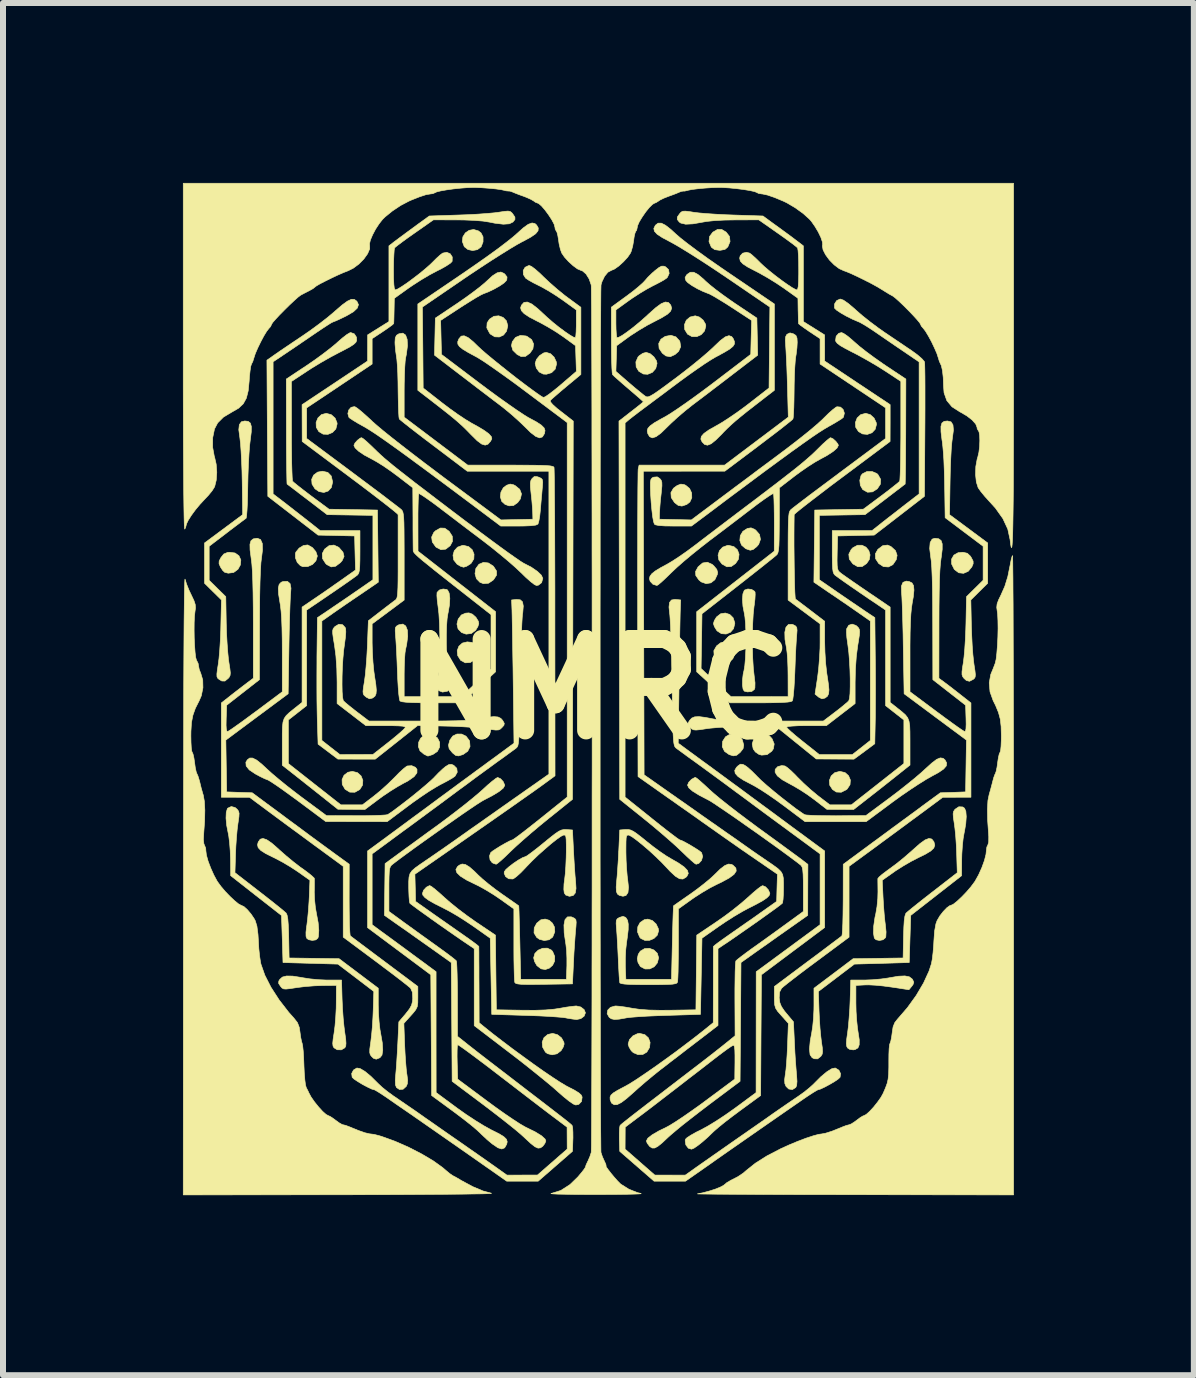
<source format=kicad_pcb>
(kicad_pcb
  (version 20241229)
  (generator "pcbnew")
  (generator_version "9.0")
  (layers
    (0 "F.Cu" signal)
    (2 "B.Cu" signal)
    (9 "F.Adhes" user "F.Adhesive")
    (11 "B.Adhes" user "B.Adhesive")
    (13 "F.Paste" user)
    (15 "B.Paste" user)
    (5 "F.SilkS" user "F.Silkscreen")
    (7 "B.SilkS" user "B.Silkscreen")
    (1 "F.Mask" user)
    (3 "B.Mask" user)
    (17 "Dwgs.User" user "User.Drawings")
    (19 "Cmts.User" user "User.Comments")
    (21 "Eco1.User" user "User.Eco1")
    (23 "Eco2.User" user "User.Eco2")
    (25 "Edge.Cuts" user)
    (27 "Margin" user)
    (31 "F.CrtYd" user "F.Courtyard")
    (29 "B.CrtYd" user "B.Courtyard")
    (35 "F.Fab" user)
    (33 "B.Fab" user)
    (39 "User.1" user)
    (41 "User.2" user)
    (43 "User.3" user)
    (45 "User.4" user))
  (footprint "NMRC"
    (layer "F.Cu")
    (at 6.939 8.438)
    (property "Reference" "NMRC" (at 0 0 0) (layer "F.SilkS") (effects (font (size 1.524 1.524) (thickness 0.3))))
    (attr through_hole)
    (fp_poly (pts (xy 4.864 -2.377) (xy 4.94 -2.308) (xy 4.967 -2.23) (xy 4.952 -2.156) (xy 4.896 -2.074) (xy 4.822 -2.036) (xy 4.739 -2.042) (xy 4.66 -2.094) (xy 4.608 -2.174) (xy 4.605 -2.256) (xy 4.647 -2.33) (xy 4.728 -2.391) (xy 4.808 -2.401) (xy 4.864 -2.377)) (stroke (width 0.01) (type solid)) (fill yes) (layer "F.SilkS"))
    (fp_poly (pts (xy -4.524 -3.612) (xy -4.467 -3.553) (xy -4.445 -3.459) (xy -4.445 -3.447) (xy -4.465 -3.36) (xy -4.518 -3.302) (xy -4.59 -3.278) (xy -4.671 -3.293) (xy -4.738 -3.339) (xy -4.787 -3.417) (xy -4.793 -3.497) (xy -4.76 -3.568) (xy -4.694 -3.617) (xy -4.613 -3.632) (xy -4.524 -3.612)) (stroke (width 0.01) (type solid)) (fill yes) (layer "F.SilkS"))
    (fp_poly (pts (xy -4.467 -4.575) (xy -4.402 -4.517) (xy -4.37 -4.438) (xy -4.369 -4.42) (xy -4.39 -4.337) (xy -4.446 -4.278) (xy -4.521 -4.247) (xy -4.602 -4.25) (xy -4.674 -4.293) (xy -4.716 -4.365) (xy -4.719 -4.446) (xy -4.688 -4.521) (xy -4.63 -4.576) (xy -4.55 -4.597) (xy -4.467 -4.575)) (stroke (width 0.01) (type solid)) (fill yes) (layer "F.SilkS"))
    (fp_poly (pts (xy -1.22 -5.887) (xy -1.202 -5.88) (xy -1.126 -5.826) (xy -1.093 -5.753) (xy -1.105 -5.671) (xy -1.155 -5.6) (xy -1.228 -5.547) (xy -1.301 -5.544) (xy -1.366 -5.577) (xy -1.439 -5.648) (xy -1.462 -5.726) (xy -1.448 -5.792) (xy -1.394 -5.863) (xy -1.314 -5.896) (xy -1.22 -5.887)) (stroke (width 0.01) (type solid)) (fill yes) (layer "F.SilkS"))
    (fp_poly (pts (xy 1.279 -5.872) (xy 1.338 -5.808) (xy 1.346 -5.792) (xy 1.359 -5.707) (xy 1.324 -5.63) (xy 1.264 -5.577) (xy 1.185 -5.541) (xy 1.113 -5.554) (xy 1.053 -5.6) (xy 0.999 -5.68) (xy 0.993 -5.762) (xy 1.03 -5.833) (xy 1.101 -5.88) (xy 1.196 -5.898) (xy 1.279 -5.872)) (stroke (width 0.01) (type solid)) (fill yes) (layer "F.SilkS"))
    (fp_poly (pts (xy -4.343 -2.364) (xy -4.336 -2.358) (xy -4.271 -2.282) (xy -4.253 -2.212) (xy -4.284 -2.143) (xy -4.314 -2.108) (xy -4.394 -2.048) (xy -4.467 -2.037) (xy -4.54 -2.075) (xy -4.56 -2.094) (xy -4.612 -2.175) (xy -4.616 -2.26) (xy -4.578 -2.333) (xy -4.503 -2.391) (xy -4.422 -2.401) (xy -4.343 -2.364)) (stroke (width 0.01) (type solid)) (fill yes) (layer "F.SilkS"))
    (fp_poly (pts (xy -4.03 1.393) (xy -3.97 1.447) (xy -3.94 1.521) (xy -3.945 1.601) (xy -3.991 1.674) (xy -3.993 1.675) (xy -4.073 1.72) (xy -4.158 1.718) (xy -4.235 1.671) (xy -4.237 1.668) (xy -4.283 1.59) (xy -4.286 1.508) (xy -4.253 1.436) (xy -4.189 1.387) (xy -4.115 1.372) (xy -4.03 1.393)) (stroke (width 0.01) (type solid)) (fill yes) (layer "F.SilkS"))
    (fp_poly (pts (xy -2.574 -2.682) (xy -2.501 -2.63) (xy -2.501 -2.63) (xy -2.449 -2.549) (xy -2.445 -2.464) (xy -2.483 -2.391) (xy -2.558 -2.333) (xy -2.638 -2.324) (xy -2.717 -2.365) (xy -2.725 -2.372) (xy -2.782 -2.452) (xy -2.793 -2.534) (xy -2.757 -2.611) (xy -2.727 -2.64) (xy -2.646 -2.685) (xy -2.574 -2.682)) (stroke (width 0.01) (type solid)) (fill yes) (layer "F.SilkS"))
    (fp_poly (pts (xy -2.119 -0.778) (xy -2.067 -0.743) (xy -2.036 -0.694) (xy -2.009 -0.615) (xy -2.026 -0.548) (xy -2.069 -0.494) (xy -2.149 -0.443) (xy -2.232 -0.438) (xy -2.308 -0.479) (xy -2.311 -0.483) (xy -2.359 -0.559) (xy -2.367 -0.64) (xy -2.339 -0.714) (xy -2.281 -0.767) (xy -2.2 -0.787) (xy -2.119 -0.778)) (stroke (width 0.01) (type solid)) (fill yes) (layer "F.SilkS"))
    (fp_poly (pts (xy -1.848 -2.103) (xy -1.769 -2.053) (xy -1.759 -2.042) (xy -1.711 -1.968) (xy -1.711 -1.9) (xy -1.758 -1.827) (xy -1.764 -1.82) (xy -1.844 -1.765) (xy -1.931 -1.758) (xy -1.989 -1.781) (xy -2.046 -1.84) (xy -2.07 -1.924) (xy -2.056 -2.01) (xy -2.004 -2.081) (xy -1.93 -2.112) (xy -1.848 -2.103)) (stroke (width 0.01) (type solid)) (fill yes) (layer "F.SilkS"))
    (fp_poly (pts (xy -1.601 -6.196) (xy -1.546 -6.139) (xy -1.524 -6.058) (xy -1.524 -6.056) (xy -1.544 -5.967) (xy -1.594 -5.903) (xy -1.664 -5.87) (xy -1.74 -5.873) (xy -1.812 -5.917) (xy -1.827 -5.934) (xy -1.873 -6.022) (xy -1.868 -6.105) (xy -1.828 -6.167) (xy -1.755 -6.215) (xy -1.675 -6.223) (xy -1.601 -6.196)) (stroke (width 0.01) (type solid)) (fill yes) (layer "F.SilkS"))
    (fp_poly (pts (xy -1.43 -3.407) (xy -1.401 -3.393) (xy -1.325 -3.331) (xy -1.295 -3.255) (xy -1.313 -3.172) (xy -1.358 -3.11) (xy -1.428 -3.06) (xy -1.502 -3.055) (xy -1.569 -3.079) (xy -1.625 -3.13) (xy -1.647 -3.204) (xy -1.638 -3.284) (xy -1.598 -3.356) (xy -1.543 -3.398) (xy -1.484 -3.418) (xy -1.43 -3.407)) (stroke (width 0.01) (type solid)) (fill yes) (layer "F.SilkS"))
    (fp_poly (pts (xy -0.834 3.854) (xy -0.779 3.902) (xy -0.745 3.968) (xy -0.74 4.047) (xy -0.773 4.129) (xy -0.776 4.135) (xy -0.835 4.179) (xy -0.915 4.192) (xy -0.995 4.172) (xy -1.041 4.14) (xy -1.086 4.065) (xy -1.082 3.979) (xy -1.04 3.902) (xy -0.973 3.847) (xy -0.901 3.834) (xy -0.834 3.854)) (stroke (width 0.01) (type solid)) (fill yes) (layer "F.SilkS"))
    (fp_poly (pts (xy -0.811 -5.591) (xy -0.751 -5.533) (xy -0.715 -5.456) (xy -0.711 -5.419) (xy -0.733 -5.334) (xy -0.793 -5.275) (xy -0.879 -5.249) (xy -0.933 -5.252) (xy -0.999 -5.286) (xy -1.048 -5.352) (xy -1.067 -5.43) (xy -1.045 -5.497) (xy -0.992 -5.561) (xy -0.925 -5.604) (xy -0.882 -5.613) (xy -0.811 -5.591)) (stroke (width 0.01) (type solid)) (fill yes) (layer "F.SilkS"))
    (fp_poly (pts (xy 0.849 -5.592) (xy 0.912 -5.539) (xy 0.955 -5.473) (xy 0.965 -5.43) (xy 0.943 -5.344) (xy 0.887 -5.28) (xy 0.809 -5.248) (xy 0.736 -5.253) (xy 0.66 -5.299) (xy 0.617 -5.371) (xy 0.612 -5.455) (xy 0.647 -5.535) (xy 0.668 -5.558) (xy 0.728 -5.598) (xy 0.784 -5.613) (xy 0.849 -5.592)) (stroke (width 0.01) (type solid)) (fill yes) (layer "F.SilkS"))
    (fp_poly (pts (xy 0.886 3.858) (xy 0.949 3.916) (xy 0.986 3.993) (xy 0.991 4.029) (xy 0.969 4.103) (xy 0.914 4.157) (xy 0.841 4.188) (xy 0.763 4.19) (xy 0.695 4.158) (xy 0.675 4.135) (xy 0.639 4.048) (xy 0.644 3.963) (xy 0.683 3.891) (xy 0.752 3.845) (xy 0.811 3.835) (xy 0.886 3.858)) (stroke (width 0.01) (type solid)) (fill yes) (layer "F.SilkS"))
    (fp_poly (pts (xy 1.414 -3.41) (xy 1.442 -3.398) (xy 1.507 -3.344) (xy 1.542 -3.269) (xy 1.544 -3.189) (xy 1.512 -3.119) (xy 1.46 -3.078) (xy 1.38 -3.051) (xy 1.318 -3.062) (xy 1.256 -3.11) (xy 1.202 -3.192) (xy 1.196 -3.275) (xy 1.238 -3.348) (xy 1.299 -3.393) (xy 1.361 -3.417) (xy 1.414 -3.41)) (stroke (width 0.01) (type solid)) (fill yes) (layer "F.SilkS"))
    (fp_poly (pts (xy 1.671 -6.202) (xy 1.734 -6.15) (xy 1.773 -6.084) (xy 1.778 -6.053) (xy 1.757 -5.971) (xy 1.702 -5.91) (xy 1.628 -5.876) (xy 1.548 -5.876) (xy 1.476 -5.916) (xy 1.473 -5.918) (xy 1.426 -5.995) (xy 1.422 -6.076) (xy 1.453 -6.15) (xy 1.516 -6.203) (xy 1.601 -6.223) (xy 1.671 -6.202)) (stroke (width 0.01) (type solid)) (fill yes) (layer "F.SilkS"))
    (fp_poly (pts (xy 2.246 -2.375) (xy 2.305 -2.322) (xy 2.332 -2.248) (xy 2.322 -2.166) (xy 2.274 -2.094) (xy 2.201 -2.043) (xy 2.129 -2.039) (xy 2.048 -2.085) (xy 2.048 -2.085) (xy 1.995 -2.153) (xy 1.982 -2.232) (xy 2.005 -2.307) (xy 2.059 -2.366) (xy 2.138 -2.395) (xy 2.159 -2.396) (xy 2.246 -2.375)) (stroke (width 0.01) (type solid)) (fill yes) (layer "F.SilkS"))
    (fp_poly (pts (xy 2.842 0.783) (xy 2.882 0.827) (xy 2.918 0.915) (xy 2.904 0.996) (xy 2.877 1.036) (xy 2.799 1.093) (xy 2.708 1.101) (xy 2.664 1.089) (xy 2.604 1.048) (xy 2.568 0.998) (xy 2.551 0.914) (xy 2.574 0.842) (xy 2.626 0.786) (xy 2.695 0.754) (xy 2.771 0.751) (xy 2.842 0.783)) (stroke (width 0.01) (type solid)) (fill yes) (layer "F.SilkS"))
    (fp_poly (pts (xy 4.099 1.392) (xy 4.158 1.445) (xy 4.188 1.516) (xy 4.182 1.594) (xy 4.136 1.664) (xy 4.124 1.675) (xy 4.036 1.72) (xy 3.954 1.716) (xy 3.891 1.675) (xy 3.844 1.603) (xy 3.838 1.523) (xy 3.868 1.448) (xy 3.927 1.394) (xy 4.011 1.372) (xy 4.013 1.372) (xy 4.099 1.392)) (stroke (width 0.01) (type solid)) (fill yes) (layer "F.SilkS"))
    (fp_poly (pts (xy 4.448 -2.366) (xy 4.495 -2.31) (xy 4.516 -2.238) (xy 4.504 -2.161) (xy 4.459 -2.094) (xy 4.385 -2.043) (xy 4.312 -2.04) (xy 4.232 -2.086) (xy 4.227 -2.091) (xy 4.17 -2.167) (xy 4.162 -2.249) (xy 4.202 -2.328) (xy 4.229 -2.356) (xy 4.307 -2.398) (xy 4.382 -2.398) (xy 4.448 -2.366)) (stroke (width 0.01) (type solid)) (fill yes) (layer "F.SilkS"))
    (fp_poly (pts (xy 4.52 -4.575) (xy 4.583 -4.518) (xy 4.619 -4.442) (xy 4.623 -4.412) (xy 4.601 -4.33) (xy 4.547 -4.273) (xy 4.471 -4.246) (xy 4.39 -4.254) (xy 4.323 -4.294) (xy 4.277 -4.365) (xy 4.272 -4.445) (xy 4.301 -4.52) (xy 4.36 -4.575) (xy 4.442 -4.597) (xy 4.445 -4.597) (xy 4.52 -4.575)) (stroke (width 0.01) (type solid)) (fill yes) (layer "F.SilkS"))
    (fp_poly (pts (xy 4.63 -3.593) (xy 4.647 -3.577) (xy 4.692 -3.498) (xy 4.688 -3.416) (xy 4.637 -3.339) (xy 4.557 -3.288) (xy 4.474 -3.282) (xy 4.398 -3.324) (xy 4.394 -3.327) (xy 4.354 -3.397) (xy 4.345 -3.481) (xy 4.365 -3.559) (xy 4.39 -3.59) (xy 4.464 -3.627) (xy 4.551 -3.627) (xy 4.63 -3.593)) (stroke (width 0.01) (type solid)) (fill yes) (layer "F.SilkS"))
    (fp_poly (pts (xy -2.113 -1.249) (xy -2.055 -1.197) (xy -2.015 -1.132) (xy -2.007 -1.092) (xy -2.022 -1.042) (xy -2.058 -0.983) (xy -2.059 -0.981) (xy -2.131 -0.927) (xy -2.218 -0.916) (xy -2.294 -0.943) (xy -2.352 -1.003) (xy -2.371 -1.084) (xy -2.35 -1.167) (xy -2.298 -1.235) (xy -2.226 -1.266) (xy -2.171 -1.27) (xy -2.113 -1.249)) (stroke (width 0.01) (type solid)) (fill yes) (layer "F.SilkS"))
    (fp_poly (pts (xy -2.014 -7.639) (xy -1.97 -7.605) (xy -1.936 -7.539) (xy -1.936 -7.455) (xy -1.968 -7.374) (xy -1.97 -7.372) (xy -2.03 -7.326) (xy -2.109 -7.311) (xy -2.188 -7.328) (xy -2.248 -7.375) (xy -2.249 -7.377) (xy -2.281 -7.462) (xy -2.272 -7.54) (xy -2.231 -7.605) (xy -2.168 -7.648) (xy -2.093 -7.662) (xy -2.014 -7.639)) (stroke (width 0.01) (type solid)) (fill yes) (layer "F.SilkS"))
    (fp_poly (pts (xy -0.797 4.351) (xy -0.776 4.374) (xy -0.741 4.457) (xy -0.743 4.536) (xy -0.776 4.604) (xy -0.83 4.652) (xy -0.897 4.675) (xy -0.968 4.664) (xy -1.036 4.612) (xy -1.04 4.607) (xy -1.077 4.542) (xy -1.092 4.48) (xy -1.071 4.406) (xy -1.016 4.352) (xy -0.942 4.321) (xy -0.864 4.319) (xy -0.797 4.351)) (stroke (width 0.01) (type solid)) (fill yes) (layer "F.SilkS"))
    (fp_poly (pts (xy -0.695 5.762) (xy -0.628 5.815) (xy -0.589 5.886) (xy -0.584 5.918) (xy -0.599 5.968) (xy -0.635 6.027) (xy -0.637 6.029) (xy -0.703 6.08) (xy -0.784 6.097) (xy -0.861 6.078) (xy -0.896 6.052) (xy -0.943 5.969) (xy -0.95 5.885) (xy -0.92 5.811) (xy -0.857 5.758) (xy -0.775 5.74) (xy -0.695 5.762)) (stroke (width 0.01) (type solid)) (fill yes) (layer "F.SilkS"))
    (fp_poly (pts (xy 0.761 5.761) (xy 0.821 5.815) (xy 0.849 5.89) (xy 0.84 5.975) (xy 0.794 6.052) (xy 0.728 6.091) (xy 0.647 6.094) (xy 0.57 6.062) (xy 0.535 6.029) (xy 0.499 5.97) (xy 0.483 5.919) (xy 0.483 5.918) (xy 0.505 5.844) (xy 0.563 5.781) (xy 0.639 5.745) (xy 0.673 5.74) (xy 0.761 5.761)) (stroke (width 0.01) (type solid)) (fill yes) (layer "F.SilkS"))
    (fp_poly (pts (xy 0.913 4.35) (xy 0.969 4.404) (xy 0.991 4.479) (xy 0.991 4.48) (xy 0.97 4.565) (xy 0.917 4.629) (xy 0.844 4.665) (xy 0.765 4.666) (xy 0.691 4.628) (xy 0.686 4.623) (xy 0.648 4.559) (xy 0.635 4.496) (xy 0.652 4.421) (xy 0.686 4.369) (xy 0.757 4.327) (xy 0.838 4.322) (xy 0.913 4.35)) (stroke (width 0.01) (type solid)) (fill yes) (layer "F.SilkS"))
    (fp_poly (pts (xy 1.884 -2.079) (xy 1.912 -2.054) (xy 1.961 -1.995) (xy 1.975 -1.944) (xy 1.97 -1.911) (xy 1.929 -1.823) (xy 1.862 -1.771) (xy 1.782 -1.758) (xy 1.701 -1.787) (xy 1.662 -1.82) (xy 1.611 -1.893) (xy 1.607 -1.961) (xy 1.648 -2.035) (xy 1.65 -2.038) (xy 1.724 -2.102) (xy 1.803 -2.115) (xy 1.884 -2.079)) (stroke (width 0.01) (type solid)) (fill yes) (layer "F.SilkS"))
    (fp_poly (pts (xy 2.181 -0.768) (xy 2.24 -0.717) (xy 2.264 -0.66) (xy 2.261 -0.579) (xy 2.227 -0.504) (xy 2.172 -0.457) (xy 2.169 -0.456) (xy 2.088 -0.434) (xy 2.028 -0.446) (xy 1.967 -0.494) (xy 1.916 -0.567) (xy 1.912 -0.64) (xy 1.958 -0.72) (xy 1.958 -0.72) (xy 2.025 -0.772) (xy 2.104 -0.787) (xy 2.181 -0.768)) (stroke (width 0.01) (type solid)) (fill yes) (layer "F.SilkS"))
    (fp_poly (pts (xy 2.588 -2.665) (xy 2.61 -2.65) (xy 2.673 -2.578) (xy 2.689 -2.495) (xy 2.659 -2.412) (xy 2.627 -2.375) (xy 2.567 -2.327) (xy 2.518 -2.315) (xy 2.458 -2.335) (xy 2.439 -2.344) (xy 2.373 -2.401) (xy 2.345 -2.477) (xy 2.353 -2.558) (xy 2.395 -2.629) (xy 2.471 -2.678) (xy 2.532 -2.688) (xy 2.588 -2.665)) (stroke (width 0.01) (type solid)) (fill yes) (layer "F.SilkS"))
    (fp_poly (pts (xy 6.138 -2.264) (xy 6.188 -2.217) (xy 6.204 -2.192) (xy 6.234 -2.134) (xy 6.235 -2.09) (xy 6.213 -2.037) (xy 6.152 -1.963) (xy 6.075 -1.93) (xy 5.995 -1.939) (xy 5.923 -1.993) (xy 5.92 -1.997) (xy 5.876 -2.085) (xy 5.875 -2.167) (xy 5.914 -2.234) (xy 5.985 -2.274) (xy 6.064 -2.281) (xy 6.138 -2.264)) (stroke (width 0.01) (type solid)) (fill yes) (layer "F.SilkS"))
    (fp_poly (pts (xy -6.071 -2.269) (xy -6.006 -2.223) (xy -5.974 -2.153) (xy -5.982 -2.069) (xy -6.022 -1.997) (xy -6.094 -1.944) (xy -6.184 -1.932) (xy -6.243 -1.947) (xy -6.276 -1.978) (xy -6.312 -2.033) (xy -6.314 -2.036) (xy -6.337 -2.091) (xy -6.335 -2.135) (xy -6.306 -2.192) (xy -6.258 -2.252) (xy -6.195 -2.278) (xy -6.166 -2.281) (xy -6.071 -2.269)) (stroke (width 0.01) (type solid)) (fill yes) (layer "F.SilkS"))
    (fp_poly (pts (xy -4.852 -2.4) (xy -4.779 -2.358) (xy -4.723 -2.291) (xy -4.699 -2.22) (xy -4.699 -2.217) (xy -4.722 -2.139) (xy -4.779 -2.078) (xy -4.857 -2.043) (xy -4.94 -2.041) (xy -4.981 -2.058) (xy -5.033 -2.111) (xy -5.063 -2.186) (xy -5.064 -2.26) (xy -5.056 -2.284) (xy -5.002 -2.35) (xy -4.932 -2.393) (xy -4.863 -2.403) (xy -4.852 -2.4)) (stroke (width 0.01) (type solid)) (fill yes) (layer "F.SilkS"))
    (fp_poly (pts (xy 2.044 -7.662) (xy 2.117 -7.618) (xy 2.172 -7.547) (xy 2.182 -7.461) (xy 2.145 -7.372) (xy 2.145 -7.372) (xy 2.097 -7.33) (xy 2.024 -7.316) (xy 2.007 -7.315) (xy 1.927 -7.326) (xy 1.876 -7.362) (xy 1.868 -7.372) (xy 1.831 -7.46) (xy 1.841 -7.546) (xy 1.895 -7.618) (xy 1.896 -7.618) (xy 1.973 -7.663) (xy 2.044 -7.662)) (stroke (width 0.01) (type solid)) (fill yes) (layer "F.SilkS"))
    (fp_poly (pts (xy 2.327 0.774) (xy 2.381 0.836) (xy 2.388 0.852) (xy 2.41 0.933) (xy 2.399 0.994) (xy 2.351 1.055) (xy 2.351 1.055) (xy 2.292 1.103) (xy 2.236 1.113) (xy 2.167 1.092) (xy 2.09 1.038) (xy 2.052 0.96) (xy 2.058 0.872) (xy 2.059 0.87) (xy 2.106 0.796) (xy 2.176 0.755) (xy 2.254 0.747) (xy 2.327 0.774)) (stroke (width 0.01) (type solid)) (fill yes) (layer "F.SilkS"))
    (fp_poly (pts (xy -2.767 0.763) (xy -2.695 0.815) (xy -2.659 0.888) (xy -2.66 0.967) (xy -2.697 1.039) (xy -2.769 1.088) (xy -2.775 1.091) (xy -2.829 1.109) (xy -2.855 1.117) (xy -2.855 1.117) (xy -2.877 1.107) (xy -2.921 1.085) (xy -2.987 1.03) (xy -3.014 0.96) (xy -3.009 0.885) (xy -2.975 0.818) (xy -2.918 0.768) (xy -2.844 0.748) (xy -2.767 0.763)) (stroke (width 0.01) (type solid)) (fill yes) (layer "F.SilkS"))
    (fp_poly (pts (xy -2.292 0.75) (xy -2.22 0.785) (xy -2.167 0.854) (xy -2.16 0.87) (xy -2.153 0.959) (xy -2.191 1.036) (xy -2.269 1.091) (xy -2.276 1.093) (xy -2.344 1.114) (xy -2.391 1.107) (xy -2.441 1.067) (xy -2.452 1.055) (xy -2.501 0.994) (xy -2.512 0.934) (xy -2.49 0.853) (xy -2.49 0.852) (xy -2.441 0.783) (xy -2.371 0.749) (xy -2.292 0.75)) (stroke (width 0.01) (type solid)) (fill yes) (layer "F.SilkS"))
    (fp_poly (pts (xy -2.176 -2.375) (xy -2.116 -2.322) (xy -2.086 -2.249) (xy -2.09 -2.17) (xy -2.134 -2.098) (xy -2.15 -2.085) (xy -2.209 -2.048) (xy -2.259 -2.032) (xy -2.261 -2.032) (xy -2.31 -2.047) (xy -2.37 -2.083) (xy -2.371 -2.085) (xy -2.425 -2.153) (xy -2.437 -2.232) (xy -2.415 -2.307) (xy -2.361 -2.366) (xy -2.281 -2.395) (xy -2.261 -2.396) (xy -2.176 -2.375)) (stroke (width 0.01) (type solid)) (fill yes) (layer "F.SilkS"))
    (fp_poly (pts (xy 2.177 -1.244) (xy 2.233 -1.189) (xy 2.26 -1.108) (xy 2.261 -1.092) (xy 2.24 -1.007) (xy 2.188 -0.947) (xy 2.116 -0.918) (xy 2.038 -0.924) (xy 1.968 -0.969) (xy 1.958 -0.981) (xy 1.921 -1.041) (xy 1.905 -1.091) (xy 1.905 -1.092) (xy 1.92 -1.142) (xy 1.956 -1.201) (xy 1.958 -1.203) (xy 2.026 -1.256) (xy 2.103 -1.268) (xy 2.177 -1.244)) (stroke (width 0.01) (type solid)) (fill yes) (layer "F.SilkS"))
    (fp_poly (pts (xy -2.541 -1.66) (xy -2.527 -1.651) (xy -2.501 -1.601) (xy -2.49 -1.514) (xy -2.496 -1.403) (xy -2.517 -1.28) (xy -2.522 -1.257) (xy -2.535 -1.173) (xy -2.544 -1.052) (xy -2.548 -0.907) (xy -2.548 -0.752) (xy -2.544 -0.6) (xy -2.535 -0.464) (xy -2.522 -0.358) (xy -2.517 -0.33) (xy -2.496 -0.21) (xy -2.49 -0.103) (xy -2.498 -0.019) (xy -2.52 0.029) (xy -2.529 0.035) (xy -2.611 0.05) (xy -2.672 0.027) (xy -2.69 0.005) (xy -2.701 -0.054) (xy -2.695 -0.158) (xy -2.685 -0.23) (xy -2.671 -0.361) (xy -2.661 -0.527) (xy -2.656 -0.714) (xy -2.657 -0.908) (xy -2.662 -1.094) (xy -2.672 -1.257) (xy -2.686 -1.377) (xy -2.699 -1.475) (xy -2.705 -1.557) (xy -2.703 -1.608) (xy -2.702 -1.612) (xy -2.663 -1.652) (xy -2.601 -1.669) (xy -2.541 -1.66)) (stroke (width 0.01) (type solid)) (fill yes) (layer "F.SilkS"))
    (fp_poly (pts (xy 2.542 -1.661) (xy 2.59 -1.631) (xy 2.599 -1.616) (xy 2.601 -1.576) (xy 2.597 -1.5) (xy 2.586 -1.404) (xy 2.582 -1.381) (xy 2.568 -1.248) (xy 2.559 -1.081) (xy 2.555 -0.892) (xy 2.555 -0.698) (xy 2.56 -0.511) (xy 2.57 -0.348) (xy 2.583 -0.23) (xy 2.598 -0.104) (xy 2.596 -0.02) (xy 2.588 0.005) (xy 2.543 0.04) (xy 2.473 0.047) (xy 2.419 0.034) (xy 2.399 0.001) (xy 2.389 -0.067) (xy 2.39 -0.156) (xy 2.401 -0.251) (xy 2.415 -0.312) (xy 2.428 -0.391) (xy 2.438 -0.508) (xy 2.445 -0.65) (xy 2.447 -0.803) (xy 2.446 -0.955) (xy 2.44 -1.092) (xy 2.43 -1.202) (xy 2.421 -1.257) (xy 2.397 -1.381) (xy 2.389 -1.495) (xy 2.396 -1.587) (xy 2.419 -1.645) (xy 2.425 -1.651) (xy 2.479 -1.669) (xy 2.542 -1.661)) (stroke (width 0.01) (type solid)) (fill yes) (layer "F.SilkS"))
    (fp_poly (pts (xy 5.171 4.797) (xy 5.219 4.834) (xy 5.224 4.841) (xy 5.245 4.886) (xy 5.233 4.925) (xy 5.212 4.954) (xy 5.164 5.012) (xy 4.874 4.968) (xy 4.74 4.95) (xy 4.607 4.937) (xy 4.493 4.931) (xy 4.432 4.932) (xy 4.28 4.94) (xy 4.28 5.232) (xy 4.283 5.375) (xy 4.293 5.524) (xy 4.307 5.657) (xy 4.317 5.723) (xy 4.336 5.847) (xy 4.335 5.931) (xy 4.314 5.982) (xy 4.27 6.008) (xy 4.237 6.015) (xy 4.176 6.006) (xy 4.141 5.983) (xy 4.126 5.953) (xy 4.121 5.907) (xy 4.127 5.833) (xy 4.141 5.734) (xy 4.155 5.624) (xy 4.167 5.482) (xy 4.178 5.327) (xy 4.184 5.188) (xy 4.194 4.851) (xy 4.422 4.851) (xy 4.556 4.846) (xy 4.701 4.833) (xy 4.827 4.815) (xy 4.842 4.812) (xy 4.989 4.787) (xy 5.097 4.782) (xy 5.171 4.797)) (stroke (width 0.01) (type solid)) (fill yes) (layer "F.SilkS"))
    (fp_poly (pts (xy -5.11 4.785) (xy -4.969 4.807) (xy -4.943 4.812) (xy -4.822 4.831) (xy -4.679 4.845) (xy -4.541 4.851) (xy -4.524 4.851) (xy -4.295 4.851) (xy -4.286 5.175) (xy -4.279 5.325) (xy -4.268 5.483) (xy -4.254 5.626) (xy -4.242 5.72) (xy -4.226 5.832) (xy -4.221 5.905) (xy -4.225 5.951) (xy -4.24 5.98) (xy -4.24 5.98) (xy -4.298 6.014) (xy -4.367 6.013) (xy -4.421 5.98) (xy -4.437 5.951) (xy -4.442 5.906) (xy -4.435 5.835) (xy -4.419 5.732) (xy -4.404 5.616) (xy -4.392 5.471) (xy -4.384 5.319) (xy -4.383 5.232) (xy -4.381 4.94) (xy -4.61 4.942) (xy -4.749 4.947) (xy -4.903 4.959) (xy -5.04 4.976) (xy -5.052 4.978) (xy -5.156 4.994) (xy -5.221 5.001) (xy -5.261 4.998) (xy -5.288 4.983) (xy -5.312 4.955) (xy -5.313 4.954) (xy -5.344 4.906) (xy -5.341 4.868) (xy -5.325 4.841) (xy -5.281 4.801) (xy -5.212 4.783) (xy -5.11 4.785)) (stroke (width 0.01) (type solid)) (fill yes) (layer "F.SilkS"))
    (fp_poly (pts (xy 5.545 2.5) (xy 5.579 2.543) (xy 5.582 2.55) (xy 5.595 2.602) (xy 5.579 2.65) (xy 5.529 2.698) (xy 5.44 2.752) (xy 5.33 2.806) (xy 5.205 2.87) (xy 5.067 2.95) (xy 4.941 3.03) (xy 4.919 3.046) (xy 4.719 3.187) (xy 4.733 3.48) (xy 4.741 3.617) (xy 4.752 3.755) (xy 4.764 3.875) (xy 4.772 3.936) (xy 4.783 4.049) (xy 4.779 4.126) (xy 4.772 4.146) (xy 4.732 4.179) (xy 4.672 4.191) (xy 4.616 4.179) (xy 4.587 4.151) (xy 4.573 4.068) (xy 4.577 3.95) (xy 4.598 3.806) (xy 4.612 3.744) (xy 4.632 3.626) (xy 4.645 3.489) (xy 4.648 3.38) (xy 4.647 3.284) (xy 4.646 3.206) (xy 4.646 3.162) (xy 4.646 3.159) (xy 4.667 3.133) (xy 4.72 3.087) (xy 4.797 3.029) (xy 4.841 2.997) (xy 4.948 2.918) (xy 5.07 2.82) (xy 5.188 2.718) (xy 5.234 2.677) (xy 5.347 2.577) (xy 5.433 2.515) (xy 5.498 2.49) (xy 5.545 2.5)) (stroke (width 0.01) (type solid)) (fill yes) (layer "F.SilkS"))
    (fp_poly (pts (xy -5.543 2.511) (xy -5.459 2.568) (xy -5.349 2.664) (xy -5.336 2.677) (xy -5.226 2.774) (xy -5.103 2.876) (xy -4.987 2.966) (xy -4.942 2.997) (xy -4.858 3.059) (xy -4.792 3.112) (xy -4.753 3.149) (xy -4.748 3.159) (xy -4.748 3.197) (xy -4.748 3.271) (xy -4.749 3.366) (xy -4.75 3.38) (xy -4.745 3.507) (xy -4.731 3.643) (xy -4.713 3.744) (xy -4.685 3.894) (xy -4.674 4.024) (xy -4.681 4.123) (xy -4.689 4.151) (xy -4.724 4.181) (xy -4.783 4.19) (xy -4.843 4.178) (xy -4.873 4.157) (xy -4.887 4.121) (xy -4.888 4.055) (xy -4.876 3.95) (xy -4.873 3.935) (xy -4.86 3.826) (xy -4.847 3.688) (xy -4.837 3.543) (xy -4.833 3.467) (xy -4.822 3.187) (xy -5.021 3.046) (xy -5.141 2.967) (xy -5.279 2.885) (xy -5.408 2.817) (xy -5.431 2.806) (xy -5.558 2.743) (xy -5.64 2.691) (xy -5.685 2.643) (xy -5.696 2.595) (xy -5.684 2.55) (xy -5.651 2.503) (xy -5.605 2.49) (xy -5.543 2.511)) (stroke (width 0.01) (type solid)) (fill yes) (layer "F.SilkS"))
    (fp_poly (pts (xy 2.774 3.297) (xy 2.819 3.345) (xy 2.844 3.401) (xy 2.845 3.41) (xy 2.833 3.443) (xy 2.795 3.481) (xy 2.726 3.528) (xy 2.619 3.587) (xy 2.489 3.653) (xy 2.381 3.711) (xy 2.249 3.789) (xy 2.111 3.877) (xy 1.994 3.956) (xy 1.714 4.153) (xy 1.689 5.423) (xy 1.13 5.44) (xy 0.958 5.446) (xy 0.795 5.453) (xy 0.652 5.462) (xy 0.536 5.471) (xy 0.459 5.48) (xy 0.445 5.483) (xy 0.331 5.503) (xy 0.254 5.508) (xy 0.203 5.497) (xy 0.167 5.472) (xy 0.133 5.411) (xy 0.143 5.352) (xy 0.188 5.306) (xy 0.263 5.284) (xy 0.278 5.283) (xy 0.337 5.288) (xy 0.428 5.3) (xy 0.533 5.318) (xy 0.554 5.322) (xy 0.68 5.34) (xy 0.831 5.351) (xy 1.017 5.355) (xy 1.186 5.354) (xy 1.613 5.347) (xy 1.627 4.102) (xy 1.948 3.886) (xy 2.084 3.791) (xy 2.227 3.684) (xy 2.359 3.578) (xy 2.467 3.485) (xy 2.48 3.473) (xy 2.567 3.395) (xy 2.643 3.331) (xy 2.7 3.289) (xy 2.726 3.277) (xy 2.774 3.297)) (stroke (width 0.01) (type solid)) (fill yes) (layer "F.SilkS"))
    (fp_poly (pts (xy -2.793 3.293) (xy -2.735 3.338) (xy -2.658 3.404) (xy -2.582 3.473) (xy -2.479 3.563) (xy -2.349 3.668) (xy -2.207 3.775) (xy -2.069 3.873) (xy -2.05 3.886) (xy -1.729 4.102) (xy -1.722 4.724) (xy -1.714 5.347) (xy -1.287 5.354) (xy -1.069 5.355) (xy -0.893 5.349) (xy -0.748 5.336) (xy -0.656 5.322) (xy -0.55 5.303) (xy -0.455 5.29) (xy -0.388 5.283) (xy -0.38 5.283) (xy -0.307 5.3) (xy -0.251 5.343) (xy -0.229 5.397) (xy -0.251 5.453) (xy -0.306 5.494) (xy -0.376 5.509) (xy -0.444 5.501) (xy -0.531 5.487) (xy -0.559 5.481) (xy -0.618 5.473) (xy -0.719 5.465) (xy -0.851 5.456) (xy -1.007 5.448) (xy -1.176 5.442) (xy -1.232 5.44) (xy -1.791 5.423) (xy -1.816 4.153) (xy -2.095 3.956) (xy -2.224 3.869) (xy -2.361 3.782) (xy -2.492 3.706) (xy -2.591 3.654) (xy -2.736 3.581) (xy -2.839 3.523) (xy -2.904 3.476) (xy -2.939 3.436) (xy -2.946 3.406) (xy -2.927 3.353) (xy -2.881 3.303) (xy -2.83 3.277) (xy -2.823 3.277) (xy -2.793 3.293)) (stroke (width 0.01) (type solid)) (fill yes) (layer "F.SilkS"))
    (fp_poly (pts (xy 0.526 2.35) (xy 0.574 2.374) (xy 0.637 2.418) (xy 0.726 2.487) (xy 0.787 2.537) (xy 0.898 2.625) (xy 1.012 2.709) (xy 1.115 2.779) (xy 1.185 2.821) (xy 1.324 2.901) (xy 1.419 2.968) (xy 1.472 3.024) (xy 1.486 3.074) (xy 1.463 3.121) (xy 1.446 3.138) (xy 1.396 3.167) (xy 1.34 3.162) (xy 1.272 3.121) (xy 1.186 3.042) (xy 1.13 2.982) (xy 1.044 2.891) (xy 0.944 2.794) (xy 0.837 2.695) (xy 0.731 2.604) (xy 0.635 2.526) (xy 0.556 2.468) (xy 0.503 2.437) (xy 0.494 2.434) (xy 0.473 2.434) (xy 0.459 2.446) (xy 0.45 2.48) (xy 0.447 2.544) (xy 0.446 2.646) (xy 0.446 2.718) (xy 0.449 2.855) (xy 0.457 2.994) (xy 0.467 3.114) (xy 0.475 3.175) (xy 0.489 3.305) (xy 0.48 3.393) (xy 0.447 3.441) (xy 0.397 3.454) (xy 0.336 3.439) (xy 0.304 3.416) (xy 0.287 3.374) (xy 0.284 3.3) (xy 0.291 3.206) (xy 0.3 3.114) (xy 0.309 2.987) (xy 0.319 2.842) (xy 0.326 2.696) (xy 0.327 2.692) (xy 0.343 2.349) (xy 0.44 2.341) (xy 0.484 2.341) (xy 0.526 2.35)) (stroke (width 0.01) (type solid)) (fill yes) (layer "F.SilkS"))
    (fp_poly (pts (xy -1.587 -6.93) (xy -1.57 -6.915) (xy -1.536 -6.87) (xy -1.54 -6.827) (xy -1.548 -6.81) (xy -1.586 -6.771) (xy -1.657 -6.722) (xy -1.749 -6.67) (xy -1.846 -6.623) (xy -1.929 -6.591) (xy -1.972 -6.571) (xy -2.048 -6.528) (xy -2.147 -6.467) (xy -2.262 -6.395) (xy -2.318 -6.359) (xy -2.643 -6.146) (xy -2.629 -5.579) (xy -1.994 -5.099) (xy -1.827 -4.974) (xy -1.664 -4.855) (xy -1.51 -4.746) (xy -1.375 -4.652) (xy -1.263 -4.577) (xy -1.182 -4.527) (xy -1.165 -4.518) (xy -1.043 -4.452) (xy -0.963 -4.399) (xy -0.918 -4.354) (xy -0.903 -4.311) (xy -0.911 -4.264) (xy -0.913 -4.258) (xy -0.946 -4.204) (xy -0.993 -4.188) (xy -1.057 -4.212) (xy -1.142 -4.277) (xy -1.237 -4.371) (xy -1.334 -4.464) (xy -1.453 -4.571) (xy -1.578 -4.675) (xy -1.651 -4.732) (xy -1.749 -4.806) (xy -1.876 -4.903) (xy -2.021 -5.013) (xy -2.172 -5.129) (xy -2.319 -5.241) (xy -2.745 -5.567) (xy -2.731 -6.185) (xy -2.371 -6.426) (xy -2.239 -6.517) (xy -2.111 -6.61) (xy -1.997 -6.697) (xy -1.909 -6.77) (xy -1.875 -6.801) (xy -1.777 -6.891) (xy -1.7 -6.94) (xy -1.639 -6.953) (xy -1.587 -6.93)) (stroke (width 0.01) (type solid)) (fill yes) (layer "F.SilkS"))
    (fp_poly (pts (xy 1.105 -7.733) (xy 1.195 -7.663) (xy 1.272 -7.592) (xy 1.355 -7.52) (xy 1.476 -7.425) (xy 1.632 -7.308) (xy 1.819 -7.173) (xy 2.033 -7.024) (xy 2.191 -6.916) (xy 2.921 -6.42) (xy 2.921 -4.981) (xy 2.779 -4.872) (xy 2.608 -4.739) (xy 2.47 -4.632) (xy 2.361 -4.544) (xy 2.273 -4.471) (xy 2.201 -4.407) (xy 2.137 -4.347) (xy 2.076 -4.286) (xy 2.045 -4.252) (xy 1.944 -4.152) (xy 1.867 -4.09) (xy 1.807 -4.066) (xy 1.759 -4.077) (xy 1.717 -4.12) (xy 1.716 -4.12) (xy 1.695 -4.167) (xy 1.704 -4.213) (xy 1.747 -4.262) (xy 1.829 -4.32) (xy 1.954 -4.391) (xy 1.959 -4.393) (xy 2.056 -4.45) (xy 2.179 -4.53) (xy 2.315 -4.624) (xy 2.45 -4.723) (xy 2.502 -4.763) (xy 2.832 -5.02) (xy 2.839 -5.695) (xy 2.846 -6.369) (xy 2.143 -6.849) (xy 1.962 -6.971) (xy 1.782 -7.09) (xy 1.61 -7.201) (xy 1.454 -7.299) (xy 1.321 -7.38) (xy 1.219 -7.438) (xy 1.184 -7.457) (xy 1.054 -7.526) (xy 0.967 -7.583) (xy 0.921 -7.633) (xy 0.911 -7.679) (xy 0.934 -7.727) (xy 0.941 -7.736) (xy 0.983 -7.768) (xy 1.036 -7.768) (xy 1.105 -7.733)) (stroke (width 0.01) (type solid)) (fill yes) (layer "F.SilkS"))
    (fp_poly (pts (xy -1.071 -7.761) (xy -1.043 -7.736) (xy -1.015 -7.687) (xy -1.019 -7.641) (xy -1.058 -7.592) (xy -1.137 -7.537) (xy -1.259 -7.47) (xy -1.286 -7.457) (xy -1.371 -7.41) (xy -1.49 -7.339) (xy -1.636 -7.248) (xy -1.802 -7.143) (xy -1.979 -7.027) (xy -2.161 -6.906) (xy -2.245 -6.849) (xy -2.947 -6.369) (xy -2.94 -5.694) (xy -2.934 -5.019) (xy -2.616 -4.77) (xy -2.488 -4.673) (xy -2.356 -4.579) (xy -2.231 -4.496) (xy -2.127 -4.433) (xy -2.099 -4.418) (xy -2 -4.363) (xy -1.911 -4.308) (xy -1.848 -4.262) (xy -1.836 -4.252) (xy -1.796 -4.206) (xy -1.79 -4.172) (xy -1.81 -4.133) (xy -1.854 -4.083) (xy -1.901 -4.067) (xy -1.959 -4.085) (xy -2.034 -4.141) (xy -2.13 -4.236) (xy -2.144 -4.25) (xy -2.207 -4.315) (xy -2.268 -4.375) (xy -2.336 -4.437) (xy -2.415 -4.505) (xy -2.513 -4.585) (xy -2.635 -4.681) (xy -2.789 -4.801) (xy -2.881 -4.872) (xy -3.023 -4.981) (xy -3.023 -6.42) (xy -2.292 -6.916) (xy -2.063 -7.074) (xy -1.858 -7.218) (xy -1.68 -7.347) (xy -1.535 -7.458) (xy -1.425 -7.546) (xy -1.373 -7.592) (xy -1.265 -7.689) (xy -1.183 -7.748) (xy -1.119 -7.771) (xy -1.071 -7.761)) (stroke (width 0.01) (type solid)) (fill yes) (layer "F.SilkS"))
    (fp_poly (pts (xy 1.577 -6.949) (xy 1.647 -6.912) (xy 1.738 -6.836) (xy 1.774 -6.801) (xy 1.842 -6.741) (xy 1.942 -6.661) (xy 2.064 -6.57) (xy 2.195 -6.477) (xy 2.269 -6.426) (xy 2.629 -6.185) (xy 2.636 -5.876) (xy 2.643 -5.567) (xy 2.217 -5.241) (xy 2.07 -5.128) (xy 1.919 -5.013) (xy 1.774 -4.902) (xy 1.647 -4.806) (xy 1.549 -4.732) (xy 1.431 -4.638) (xy 1.306 -4.531) (xy 1.193 -4.427) (xy 1.136 -4.371) (xy 1.03 -4.268) (xy 0.948 -4.208) (xy 0.886 -4.188) (xy 0.841 -4.208) (xy 0.811 -4.258) (xy 0.801 -4.304) (xy 0.812 -4.346) (xy 0.849 -4.388) (xy 0.918 -4.438) (xy 1.026 -4.5) (xy 1.089 -4.534) (xy 1.17 -4.582) (xy 1.285 -4.657) (xy 1.424 -4.753) (xy 1.583 -4.866) (xy 1.753 -4.991) (xy 1.918 -5.115) (xy 2.527 -5.58) (xy 2.534 -5.863) (xy 2.542 -6.146) (xy 2.216 -6.359) (xy 2.098 -6.435) (xy 1.99 -6.501) (xy 1.902 -6.553) (xy 1.843 -6.585) (xy 1.828 -6.591) (xy 1.738 -6.626) (xy 1.64 -6.673) (xy 1.55 -6.725) (xy 1.48 -6.774) (xy 1.446 -6.81) (xy 1.432 -6.857) (xy 1.454 -6.9) (xy 1.468 -6.915) (xy 1.519 -6.949) (xy 1.577 -6.949)) (stroke (width 0.01) (type solid)) (fill yes) (layer "F.SilkS"))
    (fp_poly (pts (xy 5.734 1.154) (xy 5.765 1.18) (xy 5.793 1.231) (xy 5.787 1.281) (xy 5.742 1.333) (xy 5.656 1.392) (xy 5.545 1.452) (xy 5.45 1.506) (xy 5.327 1.583) (xy 5.184 1.677) (xy 5.034 1.78) (xy 4.887 1.886) (xy 4.881 1.891) (xy 4.451 2.21) (xy 3.432 2.21) (xy 3.081 1.946) (xy 2.949 1.85) (xy 2.815 1.757) (xy 2.689 1.675) (xy 2.585 1.613) (xy 2.54 1.589) (xy 2.405 1.518) (xy 2.315 1.458) (xy 2.268 1.405) (xy 2.26 1.356) (xy 2.288 1.306) (xy 2.312 1.282) (xy 2.354 1.252) (xy 2.395 1.255) (xy 2.429 1.272) (xy 2.478 1.307) (xy 2.547 1.369) (xy 2.623 1.445) (xy 2.639 1.462) (xy 2.702 1.524) (xy 2.797 1.608) (xy 2.912 1.705) (xy 3.038 1.807) (xy 3.165 1.906) (xy 3.281 1.995) (xy 3.378 2.063) (xy 3.425 2.094) (xy 3.46 2.1) (xy 3.538 2.105) (xy 3.649 2.109) (xy 3.786 2.111) (xy 3.94 2.112) (xy 3.953 2.112) (xy 4.446 2.109) (xy 4.845 1.813) (xy 4.986 1.706) (xy 5.128 1.594) (xy 5.26 1.487) (xy 5.371 1.392) (xy 5.439 1.33) (xy 5.546 1.233) (xy 5.626 1.172) (xy 5.687 1.147) (xy 5.734 1.154)) (stroke (width 0.01) (type solid)) (fill yes) (layer "F.SilkS"))
    (fp_poly (pts (xy 5.866 -4.455) (xy 5.898 -4.405) (xy 5.906 -4.318) (xy 5.89 -4.196) (xy 5.88 -4.119) (xy 5.87 -4.002) (xy 5.862 -3.855) (xy 5.855 -3.688) (xy 5.851 -3.513) (xy 5.85 -3.467) (xy 5.841 -2.908) (xy 6.477 -2.436) (xy 6.477 -1.764) (xy 6.336 -1.625) (xy 6.196 -1.486) (xy 6.205 -1.054) (xy 6.211 -0.891) (xy 6.219 -0.728) (xy 6.23 -0.578) (xy 6.243 -0.457) (xy 6.249 -0.41) (xy 6.265 -0.306) (xy 6.272 -0.24) (xy 6.268 -0.201) (xy 6.254 -0.177) (xy 6.236 -0.162) (xy 6.174 -0.13) (xy 6.122 -0.143) (xy 6.082 -0.179) (xy 6.06 -0.208) (xy 6.049 -0.241) (xy 6.049 -0.29) (xy 6.059 -0.368) (xy 6.071 -0.439) (xy 6.083 -0.537) (xy 6.095 -0.671) (xy 6.105 -0.828) (xy 6.112 -0.994) (xy 6.115 -1.094) (xy 6.124 -1.541) (xy 6.262 -1.677) (xy 6.401 -1.814) (xy 6.401 -2.381) (xy 6.084 -2.619) (xy 5.768 -2.857) (xy 5.766 -2.985) (xy 5.762 -3.252) (xy 5.758 -3.475) (xy 5.753 -3.658) (xy 5.747 -3.81) (xy 5.739 -3.934) (xy 5.73 -4.038) (xy 5.72 -4.127) (xy 5.715 -4.157) (xy 5.699 -4.289) (xy 5.698 -4.379) (xy 5.714 -4.435) (xy 5.75 -4.463) (xy 5.806 -4.47) (xy 5.866 -4.455)) (stroke (width 0.01) (type solid)) (fill yes) (layer "F.SilkS"))
    (fp_poly (pts (xy -0.546 2.342) (xy -0.445 2.349) (xy -0.428 2.692) (xy -0.42 2.838) (xy -0.411 2.983) (xy -0.402 3.111) (xy -0.393 3.204) (xy -0.393 3.206) (xy -0.386 3.324) (xy -0.398 3.399) (xy -0.433 3.441) (xy -0.492 3.454) (xy -0.499 3.454) (xy -0.559 3.433) (xy -0.582 3.397) (xy -0.589 3.339) (xy -0.586 3.249) (xy -0.576 3.175) (xy -0.565 3.079) (xy -0.556 2.951) (xy -0.55 2.811) (xy -0.548 2.718) (xy -0.548 2.592) (xy -0.55 2.51) (xy -0.555 2.461) (xy -0.566 2.438) (xy -0.583 2.433) (xy -0.595 2.434) (xy -0.64 2.456) (xy -0.712 2.507) (xy -0.804 2.58) (xy -0.907 2.669) (xy -1.015 2.765) (xy -1.118 2.864) (xy -1.208 2.957) (xy -1.231 2.982) (xy -1.306 3.06) (xy -1.376 3.123) (xy -1.428 3.161) (xy -1.442 3.166) (xy -1.508 3.162) (xy -1.56 3.126) (xy -1.584 3.07) (xy -1.581 3.044) (xy -1.555 3.008) (xy -1.497 2.957) (xy -1.423 2.901) (xy -1.345 2.849) (xy -1.276 2.81) (xy -1.231 2.794) (xy -1.231 2.794) (xy -1.202 2.779) (xy -1.143 2.736) (xy -1.06 2.673) (xy -0.962 2.595) (xy -0.926 2.565) (xy -0.814 2.474) (xy -0.733 2.411) (xy -0.674 2.371) (xy -0.629 2.35) (xy -0.589 2.342) (xy -0.546 2.342)) (stroke (width 0.01) (type solid)) (fill yes) (layer "F.SilkS"))
    (fp_poly (pts (xy -5.713 1.182) (xy -5.627 1.25) (xy -5.541 1.33) (xy -5.456 1.407) (xy -5.34 1.505) (xy -5.206 1.614) (xy -5.063 1.725) (xy -4.947 1.813) (xy -4.546 2.11) (xy -4.052 2.111) (xy -3.897 2.111) (xy -3.759 2.108) (xy -3.645 2.104) (xy -3.565 2.099) (xy -3.526 2.093) (xy -3.525 2.092) (xy -3.454 2.045) (xy -3.357 1.973) (xy -3.243 1.886) (xy -3.121 1.791) (xy -3.002 1.694) (xy -2.895 1.604) (xy -2.809 1.529) (xy -2.753 1.476) (xy -2.75 1.472) (xy -2.678 1.397) (xy -2.607 1.33) (xy -2.561 1.292) (xy -2.505 1.258) (xy -2.462 1.255) (xy -2.424 1.271) (xy -2.374 1.321) (xy -2.366 1.386) (xy -2.402 1.45) (xy -2.407 1.455) (xy -2.45 1.485) (xy -2.525 1.528) (xy -2.617 1.577) (xy -2.642 1.589) (xy -2.728 1.638) (xy -2.843 1.709) (xy -2.974 1.797) (xy -3.109 1.892) (xy -3.183 1.947) (xy -3.534 2.21) (xy -4.559 2.208) (xy -5.016 1.867) (xy -5.152 1.768) (xy -5.276 1.678) (xy -5.382 1.604) (xy -5.465 1.549) (xy -5.516 1.518) (xy -5.528 1.513) (xy -5.577 1.494) (xy -5.653 1.457) (xy -5.731 1.415) (xy -5.833 1.347) (xy -5.885 1.282) (xy -5.89 1.22) (xy -5.866 1.18) (xy -5.827 1.15) (xy -5.778 1.15) (xy -5.713 1.182)) (stroke (width 0.01) (type solid)) (fill yes) (layer "F.SilkS"))
    (fp_poly (pts (xy 4.024 -4.701) (xy 4.068 -4.66) (xy 4.088 -4.6) (xy 4.073 -4.536) (xy 4.07 -4.53) (xy 4.041 -4.506) (xy 3.977 -4.466) (xy 3.889 -4.414) (xy 3.821 -4.376) (xy 3.75 -4.334) (xy 3.654 -4.273) (xy 3.532 -4.19) (xy 3.382 -4.084) (xy 3.202 -3.955) (xy 2.991 -3.801) (xy 2.746 -3.621) (xy 2.467 -3.413) (xy 2.15 -3.177) (xy 1.805 -2.917) (xy 1.539 -2.718) (xy 1.243 -2.718) (xy 1.095 -2.72) (xy 0.994 -2.727) (xy 0.937 -2.739) (xy 0.921 -2.75) (xy 0.907 -2.79) (xy 0.892 -2.871) (xy 0.879 -2.981) (xy 0.867 -3.109) (xy 0.858 -3.246) (xy 0.854 -3.362) (xy 0.854 -3.448) (xy 0.863 -3.496) (xy 0.884 -3.522) (xy 0.909 -3.533) (xy 0.969 -3.538) (xy 1.012 -3.509) (xy 1.034 -3.481) (xy 1.045 -3.444) (xy 1.046 -3.386) (xy 1.037 -3.294) (xy 1.034 -3.262) (xy 1.021 -3.148) (xy 1.012 -3.037) (xy 1.007 -2.951) (xy 1.006 -2.946) (xy 1.003 -2.832) (xy 1.537 -2.82) (xy 2.071 -3.22) (xy 2.251 -3.355) (xy 2.453 -3.505) (xy 2.66 -3.661) (xy 2.861 -3.81) (xy 3.039 -3.943) (xy 3.089 -3.98) (xy 3.238 -4.094) (xy 3.385 -4.209) (xy 3.52 -4.318) (xy 3.635 -4.416) (xy 3.72 -4.493) (xy 3.745 -4.518) (xy 3.824 -4.596) (xy 3.895 -4.659) (xy 3.948 -4.699) (xy 3.965 -4.707) (xy 4.024 -4.701)) (stroke (width 0.01) (type solid)) (fill yes) (layer "F.SilkS"))
    (fp_poly (pts (xy -4.066 -4.704) (xy -4.03 -4.681) (xy -3.966 -4.629) (xy -3.883 -4.556) (xy -3.79 -4.471) (xy -3.781 -4.461) (xy -3.709 -4.398) (xy -3.602 -4.308) (xy -3.464 -4.197) (xy -3.301 -4.069) (xy -3.119 -3.928) (xy -2.923 -3.778) (xy -2.717 -3.623) (xy -2.591 -3.528) (xy -1.638 -2.82) (xy -1.105 -2.832) (xy -1.108 -2.946) (xy -1.113 -3.029) (xy -1.122 -3.14) (xy -1.134 -3.254) (xy -1.135 -3.261) (xy -1.146 -3.366) (xy -1.147 -3.435) (xy -1.138 -3.479) (xy -1.119 -3.51) (xy -1.082 -3.543) (xy -1.037 -3.542) (xy -1.006 -3.532) (xy -0.967 -3.514) (xy -0.947 -3.491) (xy -0.941 -3.449) (xy -0.946 -3.373) (xy -0.949 -3.346) (xy -0.958 -3.238) (xy -0.97 -3.108) (xy -0.98 -2.985) (xy -0.991 -2.885) (xy -1.005 -2.803) (xy -1.019 -2.755) (xy -1.022 -2.75) (xy -1.056 -2.734) (xy -1.131 -2.724) (xy -1.25 -2.719) (xy -1.344 -2.718) (xy -1.641 -2.718) (xy -1.906 -2.917) (xy -2.241 -3.168) (xy -2.538 -3.39) (xy -2.799 -3.584) (xy -3.028 -3.753) (xy -3.225 -3.898) (xy -3.395 -4.021) (xy -3.538 -4.123) (xy -3.658 -4.207) (xy -3.757 -4.274) (xy -3.838 -4.326) (xy -3.902 -4.365) (xy -3.922 -4.376) (xy -4.021 -4.431) (xy -4.102 -4.48) (xy -4.156 -4.516) (xy -4.172 -4.53) (xy -4.19 -4.593) (xy -4.175 -4.653) (xy -4.136 -4.697) (xy -4.082 -4.709) (xy -4.066 -4.704)) (stroke (width 0.01) (type solid)) (fill yes) (layer "F.SilkS"))
    (fp_poly (pts (xy 6.06 1.965) (xy 6.091 1.986) (xy 6.113 2.038) (xy 6.12 2.126) (xy 6.112 2.24) (xy 6.091 2.368) (xy 6.084 2.4) (xy 6.068 2.492) (xy 6.055 2.615) (xy 6.046 2.751) (xy 6.044 2.832) (xy 6.042 3.111) (xy 5.194 3.773) (xy 5.169 4.559) (xy 4.255 4.585) (xy 3.955 4.813) (xy 3.655 5.041) (xy 3.665 5.359) (xy 3.672 5.505) (xy 3.682 5.656) (xy 3.695 5.792) (xy 3.705 5.877) (xy 3.72 5.979) (xy 3.724 6.045) (xy 3.718 6.086) (xy 3.7 6.116) (xy 3.693 6.125) (xy 3.641 6.165) (xy 3.586 6.163) (xy 3.55 6.145) (xy 3.516 6.096) (xy 3.506 6.002) (xy 3.519 5.863) (xy 3.544 5.728) (xy 3.56 5.624) (xy 3.573 5.49) (xy 3.58 5.348) (xy 3.581 5.269) (xy 3.581 4.987) (xy 3.908 4.741) (xy 4.234 4.495) (xy 4.651 4.489) (xy 5.067 4.483) (xy 5.074 4.129) (xy 5.079 3.972) (xy 5.086 3.86) (xy 5.097 3.785) (xy 5.111 3.743) (xy 5.117 3.734) (xy 5.148 3.707) (xy 5.212 3.654) (xy 5.303 3.581) (xy 5.414 3.493) (xy 5.538 3.396) (xy 5.562 3.378) (xy 5.97 3.061) (xy 5.96 2.743) (xy 5.954 2.599) (xy 5.944 2.452) (xy 5.931 2.322) (xy 5.92 2.239) (xy 5.905 2.141) (xy 5.901 2.079) (xy 5.909 2.039) (xy 5.929 2.009) (xy 5.933 2.004) (xy 5.996 1.962) (xy 6.06 1.965)) (stroke (width 0.01) (type solid)) (fill yes) (layer "F.SilkS"))
    (fp_poly (pts (xy -6.069 1.975) (xy -6.035 2.004) (xy -6.013 2.034) (xy -6.003 2.071) (xy -6.006 2.129) (xy -6.019 2.221) (xy -6.022 2.239) (xy -6.035 2.342) (xy -6.047 2.476) (xy -6.057 2.624) (xy -6.062 2.743) (xy -6.072 3.061) (xy -5.663 3.378) (xy -5.537 3.476) (xy -5.423 3.566) (xy -5.328 3.642) (xy -5.259 3.699) (xy -5.222 3.732) (xy -5.219 3.734) (xy -5.203 3.768) (xy -5.191 3.83) (xy -5.183 3.929) (xy -5.177 4.07) (xy -5.176 4.129) (xy -5.169 4.483) (xy -4.752 4.489) (xy -4.336 4.495) (xy -3.683 4.987) (xy -3.683 5.269) (xy -3.679 5.407) (xy -3.669 5.548) (xy -3.655 5.672) (xy -3.645 5.728) (xy -3.616 5.896) (xy -3.608 6.02) (xy -3.621 6.103) (xy -3.656 6.146) (xy -3.716 6.17) (xy -3.76 6.157) (xy -3.794 6.125) (xy -3.816 6.095) (xy -3.825 6.059) (xy -3.824 6.002) (xy -3.812 5.912) (xy -3.807 5.877) (xy -3.794 5.768) (xy -3.781 5.628) (xy -3.772 5.477) (xy -3.767 5.359) (xy -3.757 5.041) (xy -4.056 4.813) (xy -4.356 4.585) (xy -5.271 4.559) (xy -5.283 4.167) (xy -5.296 3.774) (xy -5.72 3.443) (xy -6.143 3.111) (xy -6.146 2.832) (xy -6.151 2.698) (xy -6.161 2.565) (xy -6.175 2.452) (xy -6.185 2.4) (xy -6.21 2.271) (xy -6.221 2.152) (xy -6.217 2.056) (xy -6.199 1.995) (xy -6.193 1.986) (xy -6.133 1.958) (xy -6.069 1.975)) (stroke (width 0.01) (type solid)) (fill yes) (layer "F.SilkS"))
    (fp_poly (pts (xy -5.851 -4.463) (xy -5.815 -4.434) (xy -5.799 -4.378) (xy -5.8 -4.287) (xy -5.816 -4.157) (xy -5.828 -4.058) (xy -5.838 -3.92) (xy -5.847 -3.756) (xy -5.854 -3.579) (xy -5.858 -3.401) (xy -5.858 -3.393) (xy -5.861 -3.234) (xy -5.865 -3.093) (xy -5.871 -2.976) (xy -5.878 -2.893) (xy -5.885 -2.851) (xy -5.887 -2.847) (xy -5.915 -2.827) (xy -5.975 -2.782) (xy -6.06 -2.718) (xy -6.162 -2.641) (xy -6.206 -2.607) (xy -6.502 -2.381) (xy -6.502 -2.098) (xy -6.502 -1.814) (xy -6.364 -1.677) (xy -6.225 -1.541) (xy -6.217 -1.094) (xy -6.212 -0.93) (xy -6.203 -0.766) (xy -6.192 -0.616) (xy -6.18 -0.494) (xy -6.172 -0.439) (xy -6.156 -0.336) (xy -6.149 -0.27) (xy -6.153 -0.228) (xy -6.168 -0.198) (xy -6.184 -0.179) (xy -6.239 -0.134) (xy -6.292 -0.135) (xy -6.337 -0.162) (xy -6.36 -0.182) (xy -6.372 -0.209) (xy -6.373 -0.254) (xy -6.364 -0.328) (xy -6.351 -0.41) (xy -6.338 -0.51) (xy -6.326 -0.647) (xy -6.316 -0.805) (xy -6.309 -0.97) (xy -6.307 -1.054) (xy -6.297 -1.486) (xy -6.438 -1.625) (xy -6.579 -1.764) (xy -6.579 -2.1) (xy -6.579 -2.436) (xy -6.261 -2.672) (xy -5.943 -2.908) (xy -5.951 -3.467) (xy -5.955 -3.643) (xy -5.962 -3.812) (xy -5.97 -3.966) (xy -5.979 -4.092) (xy -5.989 -4.18) (xy -5.991 -4.196) (xy -6.008 -4.323) (xy -5.999 -4.408) (xy -5.965 -4.456) (xy -5.908 -4.47) (xy -5.851 -4.463)) (stroke (width 0.01) (type solid)) (fill yes) (layer "F.SilkS"))
    (fp_poly (pts (xy -2.229 2.925) (xy -2.161 2.967) (xy -2.073 3.045) (xy -2.019 3.099) (xy -1.947 3.165) (xy -1.846 3.249) (xy -1.73 3.339) (xy -1.619 3.419) (xy -1.517 3.49) (xy -1.432 3.549) (xy -1.371 3.592) (xy -1.342 3.613) (xy -1.341 3.614) (xy -1.339 3.64) (xy -1.336 3.709) (xy -1.333 3.816) (xy -1.329 3.952) (xy -1.325 4.111) (xy -1.322 4.229) (xy -1.308 4.839) (xy -0.546 4.839) (xy -0.538 4.61) (xy -0.538 4.486) (xy -0.543 4.362) (xy -0.554 4.261) (xy -0.557 4.242) (xy -0.583 4.066) (xy -0.587 3.933) (xy -0.569 3.843) (xy -0.528 3.798) (xy -0.466 3.797) (xy -0.442 3.806) (xy -0.407 3.824) (xy -0.388 3.847) (xy -0.383 3.887) (xy -0.387 3.957) (xy -0.393 4.021) (xy -0.401 4.117) (xy -0.41 4.248) (xy -0.42 4.396) (xy -0.427 4.546) (xy -0.428 4.559) (xy -0.445 4.915) (xy -0.918 4.922) (xy -1.086 4.924) (xy -1.21 4.924) (xy -1.297 4.922) (xy -1.353 4.916) (xy -1.387 4.908) (xy -1.403 4.895) (xy -1.407 4.888) (xy -1.411 4.852) (xy -1.415 4.772) (xy -1.418 4.658) (xy -1.421 4.515) (xy -1.422 4.353) (xy -1.422 4.255) (xy -1.422 3.664) (xy -1.645 3.505) (xy -1.762 3.426) (xy -1.888 3.349) (xy -2.005 3.284) (xy -2.052 3.261) (xy -2.206 3.186) (xy -2.312 3.12) (xy -2.372 3.062) (xy -2.389 3.01) (xy -2.363 2.961) (xy -2.333 2.936) (xy -2.284 2.916) (xy -2.229 2.925)) (stroke (width 0.01) (type solid)) (fill yes) (layer "F.SilkS"))
    (fp_poly (pts (xy 2.207 2.923) (xy 2.231 2.936) (xy 2.279 2.984) (xy 2.285 3.034) (xy 2.248 3.089) (xy 2.166 3.15) (xy 2.037 3.22) (xy 1.951 3.261) (xy 1.846 3.315) (xy 1.722 3.388) (xy 1.598 3.467) (xy 1.543 3.505) (xy 1.321 3.664) (xy 1.321 4.255) (xy 1.32 4.426) (xy 1.318 4.58) (xy 1.316 4.711) (xy 1.312 4.811) (xy 1.308 4.873) (xy 1.305 4.887) (xy 1.294 4.902) (xy 1.268 4.912) (xy 1.22 4.92) (xy 1.143 4.924) (xy 1.032 4.927) (xy 0.878 4.928) (xy 0.822 4.928) (xy 0.645 4.927) (xy 0.515 4.924) (xy 0.424 4.918) (xy 0.37 4.91) (xy 0.345 4.899) (xy 0.344 4.896) (xy 0.339 4.86) (xy 0.333 4.784) (xy 0.327 4.677) (xy 0.32 4.55) (xy 0.319 4.508) (xy 0.312 4.363) (xy 0.304 4.22) (xy 0.297 4.095) (xy 0.29 4.003) (xy 0.289 3.995) (xy 0.283 3.908) (xy 0.286 3.857) (xy 0.302 3.829) (xy 0.335 3.809) (xy 0.342 3.806) (xy 0.397 3.789) (xy 0.436 3.804) (xy 0.45 3.817) (xy 0.474 3.857) (xy 0.485 3.919) (xy 0.484 4.011) (xy 0.469 4.14) (xy 0.456 4.229) (xy 0.443 4.345) (xy 0.436 4.483) (xy 0.436 4.615) (xy 0.436 4.623) (xy 0.445 4.839) (xy 1.206 4.839) (xy 1.22 4.229) (xy 1.224 4.059) (xy 1.228 3.906) (xy 1.232 3.779) (xy 1.236 3.683) (xy 1.238 3.627) (xy 1.239 3.614) (xy 1.261 3.598) (xy 1.316 3.559) (xy 1.398 3.502) (xy 1.497 3.433) (xy 1.518 3.419) (xy 1.635 3.334) (xy 1.751 3.244) (xy 1.851 3.161) (xy 1.918 3.099) (xy 2.018 3.001) (xy 2.095 2.942) (xy 2.156 2.917) (xy 2.207 2.923)) (stroke (width 0.01) (type solid)) (fill yes) (layer "F.SilkS"))
    (fp_poly (pts (xy -1.315 -1.488) (xy -1.278 -1.454) (xy -1.265 -1.384) (xy -1.274 -1.273) (xy -1.278 -1.249) (xy -1.283 -1.192) (xy -1.289 -1.091) (xy -1.295 -0.951) (xy -1.301 -0.78) (xy -1.306 -0.584) (xy -1.312 -0.369) (xy -1.316 -0.141) (xy -1.317 -0.08) (xy -1.321 0.175) (xy -1.325 0.384) (xy -1.328 0.551) (xy -1.332 0.683) (xy -1.336 0.783) (xy -1.342 0.856) (xy -1.348 0.907) (xy -1.355 0.941) (xy -1.365 0.963) (xy -1.377 0.977) (xy -1.388 0.987) (xy -1.43 1.018) (xy -1.503 1.071) (xy -1.596 1.139) (xy -1.69 1.206) (xy -1.794 1.282) (xy -1.926 1.378) (xy -2.074 1.486) (xy -2.224 1.598) (xy -2.334 1.678) (xy -2.474 1.782) (xy -2.642 1.907) (xy -2.827 2.043) (xy -3.015 2.182) (xy -3.194 2.314) (xy -3.258 2.36) (xy -3.785 2.748) (xy -3.785 3.928) (xy -3.639 4.036) (xy -3.57 4.086) (xy -3.47 4.159) (xy -3.349 4.248) (xy -3.217 4.345) (xy -3.106 4.427) (xy -2.719 4.712) (xy -2.719 5.719) (xy -2.718 6.727) (xy -2.369 6.985) (xy -2.221 7.09) (xy -2.069 7.19) (xy -1.928 7.277) (xy -1.81 7.343) (xy -1.788 7.354) (xy -1.668 7.414) (xy -1.589 7.463) (xy -1.546 7.505) (xy -1.533 7.547) (xy -1.542 7.588) (xy -1.576 7.648) (xy -1.623 7.667) (xy -1.688 7.647) (xy -1.779 7.585) (xy -1.781 7.584) (xy -1.868 7.511) (xy -1.957 7.428) (xy -1.988 7.397) (xy -2.041 7.348) (xy -2.126 7.276) (xy -2.233 7.191) (xy -2.355 7.098) (xy -2.438 7.036) (xy -2.793 6.776) (xy -2.8 5.769) (xy -2.807 4.763) (xy -3.861 3.977) (xy -3.861 2.699) (xy -3.435 2.386) (xy -3.278 2.27) (xy -3.108 2.144) (xy -2.939 2.02) (xy -2.785 1.906) (xy -2.68 1.828) (xy -2.491 1.689) (xy -2.318 1.561) (xy -2.165 1.449) (xy -2.038 1.355) (xy -1.94 1.284) (xy -1.878 1.238) (xy -1.867 1.23) (xy -1.825 1.199) (xy -1.753 1.147) (xy -1.666 1.083) (xy -1.618 1.048) (xy -1.42 0.902) (xy -1.433 -0.114) (xy -1.436 -0.345) (xy -1.44 -0.566) (xy -1.443 -0.771) (xy -1.446 -0.954) (xy -1.449 -1.107) (xy -1.451 -1.224) (xy -1.453 -1.299) (xy -1.453 -1.308) (xy -1.46 -1.486) (xy -1.378 -1.494) (xy -1.315 -1.488)) (stroke (width 0.01) (type solid)) (fill yes) (layer "F.SilkS"))
    (fp_poly (pts (xy 1.276 -1.494) (xy 1.359 -1.486) (xy 1.352 -1.308) (xy 1.35 -1.243) (xy 1.348 -1.134) (xy 1.345 -0.988) (xy 1.342 -0.81) (xy 1.339 -0.609) (xy 1.335 -0.391) (xy 1.332 -0.162) (xy 1.332 -0.114) (xy 1.318 0.902) (xy 1.516 1.048) (xy 1.608 1.115) (xy 1.689 1.175) (xy 1.748 1.218) (xy 1.765 1.23) (xy 1.817 1.268) (xy 1.904 1.332) (xy 2.024 1.42) (xy 2.169 1.527) (xy 2.337 1.65) (xy 2.522 1.787) (xy 2.578 1.828) (xy 2.709 1.925) (xy 2.867 2.041) (xy 3.037 2.167) (xy 3.206 2.292) (xy 3.334 2.386) (xy 3.759 2.699) (xy 3.759 3.975) (xy 3.232 4.369) (xy 2.705 4.763) (xy 2.698 5.769) (xy 2.692 6.776) (xy 2.337 7.036) (xy 2.212 7.129) (xy 2.094 7.22) (xy 1.993 7.302) (xy 1.918 7.367) (xy 1.886 7.397) (xy 1.81 7.471) (xy 1.726 7.545) (xy 1.647 7.608) (xy 1.581 7.653) (xy 1.541 7.67) (xy 1.539 7.67) (xy 1.493 7.657) (xy 1.484 7.651) (xy 1.445 7.599) (xy 1.434 7.531) (xy 1.439 7.504) (xy 1.467 7.477) (xy 1.531 7.436) (xy 1.62 7.386) (xy 1.686 7.354) (xy 1.797 7.294) (xy 1.935 7.211) (xy 2.085 7.113) (xy 2.235 7.008) (xy 2.267 6.985) (xy 2.616 6.727) (xy 2.617 5.719) (xy 2.618 4.712) (xy 2.916 4.493) (xy 3.049 4.395) (xy 3.193 4.289) (xy 3.331 4.187) (xy 3.446 4.103) (xy 3.448 4.101) (xy 3.683 3.928) (xy 3.683 2.748) (xy 3.156 2.36) (xy 2.983 2.233) (xy 2.797 2.096) (xy 2.61 1.958) (xy 2.434 1.827) (xy 2.281 1.715) (xy 2.232 1.678) (xy 2.087 1.571) (xy 1.936 1.46) (xy 1.791 1.354) (xy 1.664 1.261) (xy 1.588 1.206) (xy 1.486 1.133) (xy 1.395 1.066) (xy 1.324 1.014) (xy 1.287 0.987) (xy 1.273 0.975) (xy 1.262 0.96) (xy 1.253 0.937) (xy 1.245 0.9) (xy 1.239 0.846) (xy 1.234 0.77) (xy 1.23 0.665) (xy 1.226 0.529) (xy 1.223 0.355) (xy 1.219 0.14) (xy 1.215 -0.08) (xy 1.211 -0.31) (xy 1.206 -0.529) (xy 1.201 -0.731) (xy 1.195 -0.909) (xy 1.189 -1.057) (xy 1.183 -1.169) (xy 1.178 -1.239) (xy 1.176 -1.249) (xy 1.164 -1.367) (xy 1.173 -1.444) (xy 1.205 -1.485) (xy 1.263 -1.495) (xy 1.276 -1.494)) (stroke (width 0.01) (type solid)) (fill yes) (layer "F.SilkS"))
    (fp_poly (pts (xy -4.081 -6.496) (xy -4.041 -6.467) (xy -4.039 -6.465) (xy -4.013 -6.409) (xy -4.032 -6.352) (xy -4.095 -6.292) (xy -4.207 -6.226) (xy -4.226 -6.216) (xy -4.315 -6.173) (xy -4.387 -6.14) (xy -4.431 -6.123) (xy -4.436 -6.121) (xy -4.464 -6.108) (xy -4.525 -6.07) (xy -4.612 -6.013) (xy -4.718 -5.942) (xy -4.775 -5.903) (xy -4.904 -5.815) (xy -5.034 -5.726) (xy -5.153 -5.646) (xy -5.246 -5.583) (xy -5.264 -5.571) (xy -5.436 -5.456) (xy -5.436 -4.355) (xy -5.436 -3.254) (xy -5.213 -3.083) (xy -5.099 -2.994) (xy -4.977 -2.899) (xy -4.867 -2.813) (xy -4.821 -2.777) (xy -4.651 -2.642) (xy -3.988 -2.642) (xy -3.988 -2.29) (xy -3.989 -2.146) (xy -3.992 -2.045) (xy -3.998 -1.977) (xy -4.008 -1.935) (xy -4.024 -1.908) (xy -4.032 -1.9) (xy -4.071 -1.871) (xy -4.145 -1.818) (xy -4.249 -1.745) (xy -4.377 -1.657) (xy -4.523 -1.557) (xy -4.68 -1.45) (xy -4.756 -1.399) (xy -4.877 -1.317) (xy -4.877 0.276) (xy -5.182 0.515) (xy -5.182 1.241) (xy -4.744 1.586) (xy -4.306 1.93) (xy -3.947 1.93) (xy -3.756 1.784) (xy -3.645 1.693) (xy -3.526 1.586) (xy -3.422 1.484) (xy -3.406 1.468) (xy -3.33 1.39) (xy -3.262 1.328) (xy -3.212 1.289) (xy -3.199 1.282) (xy -3.125 1.277) (xy -3.063 1.304) (xy -3.037 1.338) (xy -3.038 1.397) (xy -3.086 1.46) (xy -3.183 1.528) (xy -3.267 1.573) (xy -3.363 1.627) (xy -3.482 1.701) (xy -3.604 1.783) (xy -3.674 1.834) (xy -3.905 2.007) (xy -4.131 2.005) (xy -4.356 2.003) (xy -4.547 1.851) (xy -4.644 1.774) (xy -4.765 1.678) (xy -4.894 1.576) (xy -5.01 1.484) (xy -5.283 1.269) (xy -5.283 0.891) (xy -5.283 0.74) (xy -5.28 0.63) (xy -5.271 0.55) (xy -5.251 0.49) (xy -5.218 0.442) (xy -5.167 0.393) (xy -5.095 0.335) (xy -5.074 0.318) (xy -4.953 0.222) (xy -4.953 -0.572) (xy -4.953 -1.367) (xy -4.756 -1.501) (xy -4.65 -1.573) (xy -4.521 -1.662) (xy -4.39 -1.754) (xy -4.311 -1.809) (xy -4.062 -1.985) (xy -4.07 -2.269) (xy -4.077 -2.553) (xy -4.686 -2.567) (xy -5.524 -3.214) (xy -5.532 -4.348) (xy -5.539 -5.483) (xy -5.401 -5.58) (xy -5.329 -5.63) (xy -5.227 -5.699) (xy -5.106 -5.781) (xy -4.979 -5.866) (xy -4.939 -5.893) (xy -4.802 -5.988) (xy -4.657 -6.095) (xy -4.522 -6.2) (xy -4.412 -6.293) (xy -4.398 -6.306) (xy -4.283 -6.405) (xy -4.196 -6.468) (xy -4.131 -6.498) (xy -4.081 -6.496)) (stroke (width 0.01) (type solid)) (fill yes) (layer "F.SilkS"))
    (fp_poly (pts (xy 4.073 -6.484) (xy 4.152 -6.429) (xy 4.255 -6.342) (xy 4.282 -6.317) (xy 4.389 -6.224) (xy 4.521 -6.119) (xy 4.658 -6.017) (xy 4.75 -5.952) (xy 4.876 -5.867) (xy 5.011 -5.776) (xy 5.135 -5.692) (xy 5.214 -5.639) (xy 5.307 -5.571) (xy 5.379 -5.509) (xy 5.419 -5.463) (xy 5.424 -5.452) (xy 5.427 -5.415) (xy 5.429 -5.334) (xy 5.431 -5.213) (xy 5.432 -5.057) (xy 5.432 -4.873) (xy 5.432 -4.666) (xy 5.431 -4.441) (xy 5.43 -4.306) (xy 5.423 -3.214) (xy 4.585 -2.567) (xy 3.975 -2.553) (xy 3.968 -2.272) (xy 3.966 -2.145) (xy 3.968 -2.06) (xy 3.975 -2.005) (xy 3.988 -1.972) (xy 4.006 -1.952) (xy 4.043 -1.922) (xy 4.111 -1.874) (xy 4.211 -1.804) (xy 4.347 -1.71) (xy 4.52 -1.592) (xy 4.655 -1.501) (xy 4.851 -1.367) (xy 4.851 0.222) (xy 4.972 0.318) (xy 5.05 0.38) (xy 5.106 0.43) (xy 5.143 0.478) (xy 5.165 0.534) (xy 5.177 0.608) (xy 5.181 0.71) (xy 5.182 0.85) (xy 5.182 0.89) (xy 5.182 1.267) (xy 4.947 1.454) (xy 4.821 1.554) (xy 4.678 1.667) (xy 4.54 1.775) (xy 4.477 1.824) (xy 4.243 2.007) (xy 4.02 2.006) (xy 3.797 2.005) (xy 3.59 1.845) (xy 3.475 1.761) (xy 3.346 1.677) (xy 3.226 1.607) (xy 3.187 1.586) (xy 3.055 1.513) (xy 2.971 1.447) (xy 2.933 1.386) (xy 2.935 1.338) (xy 2.977 1.293) (xy 3.044 1.275) (xy 3.097 1.282) (xy 3.135 1.307) (xy 3.197 1.36) (xy 3.271 1.432) (xy 3.305 1.468) (xy 3.405 1.567) (xy 3.523 1.675) (xy 3.637 1.77) (xy 3.655 1.784) (xy 3.846 1.93) (xy 4.204 1.93) (xy 4.642 1.586) (xy 5.08 1.241) (xy 5.08 0.515) (xy 4.775 0.276) (xy 4.775 -1.317) (xy 4.655 -1.399) (xy 4.494 -1.507) (xy 4.342 -1.611) (xy 4.205 -1.705) (xy 4.089 -1.786) (xy 4 -1.849) (xy 3.944 -1.89) (xy 3.931 -1.9) (xy 3.913 -1.922) (xy 3.9 -1.956) (xy 3.892 -2.012) (xy 3.888 -2.098) (xy 3.886 -2.222) (xy 3.886 -2.29) (xy 3.886 -2.642) (xy 4.549 -2.642) (xy 4.719 -2.777) (xy 4.816 -2.853) (xy 4.935 -2.945) (xy 5.055 -3.039) (xy 5.112 -3.083) (xy 5.334 -3.254) (xy 5.334 -5.454) (xy 5.061 -5.64) (xy 4.934 -5.726) (xy 4.8 -5.818) (xy 4.676 -5.903) (xy 4.592 -5.961) (xy 4.497 -6.024) (xy 4.41 -6.078) (xy 4.344 -6.115) (xy 4.325 -6.123) (xy 4.224 -6.166) (xy 4.122 -6.217) (xy 4.031 -6.269) (xy 3.961 -6.315) (xy 3.925 -6.35) (xy 3.923 -6.355) (xy 3.924 -6.42) (xy 3.959 -6.476) (xy 4.016 -6.502) (xy 4.023 -6.502) (xy 4.073 -6.484)) (stroke (width 0.01) (type solid)) (fill yes) (layer "F.SilkS"))
    (fp_poly (pts (xy -1.125 -7.044) (xy -1.063 -6.997) (xy -0.986 -6.929) (xy -0.932 -6.876) (xy -0.826 -6.776) (xy -0.699 -6.665) (xy -0.574 -6.563) (xy -0.527 -6.528) (xy -0.305 -6.365) (xy -0.305 -5.805) (xy -0.305 -5.245) (xy -0.547 -5.044) (xy -0.642 -4.964) (xy -0.723 -4.894) (xy -0.783 -4.842) (xy -0.813 -4.814) (xy -0.813 -4.813) (xy -0.812 -4.788) (xy -0.776 -4.745) (xy -0.704 -4.68) (xy -0.635 -4.626) (xy -0.432 -4.468) (xy -0.445 1.838) (xy -0.851 2.164) (xy -0.993 2.28) (xy -1.138 2.402) (xy -1.276 2.522) (xy -1.394 2.628) (xy -1.476 2.705) (xy -1.562 2.789) (xy -1.636 2.857) (xy -1.691 2.903) (xy -1.717 2.92) (xy -1.717 2.92) (xy -1.756 2.908) (xy -1.784 2.894) (xy -1.819 2.848) (xy -1.828 2.782) (xy -1.809 2.728) (xy -1.779 2.702) (xy -1.718 2.662) (xy -1.641 2.614) (xy -1.562 2.569) (xy -1.494 2.533) (xy -1.451 2.515) (xy -1.447 2.515) (xy -1.421 2.499) (xy -1.362 2.457) (xy -1.275 2.391) (xy -1.167 2.307) (xy -1.043 2.209) (xy -0.978 2.157) (xy -0.533 1.8) (xy -0.533 -4.443) (xy -1.2 -4.943) (xy -1.37 -5.07) (xy -1.535 -5.19) (xy -1.689 -5.3) (xy -1.825 -5.395) (xy -1.937 -5.471) (xy -2.019 -5.522) (xy -2.045 -5.537) (xy -2.179 -5.609) (xy -2.272 -5.665) (xy -2.329 -5.71) (xy -2.356 -5.751) (xy -2.358 -5.791) (xy -2.339 -5.838) (xy -2.337 -5.841) (xy -2.3 -5.884) (xy -2.251 -5.89) (xy -2.185 -5.86) (xy -2.099 -5.79) (xy -2.019 -5.712) (xy -1.96 -5.657) (xy -1.872 -5.581) (xy -1.762 -5.49) (xy -1.637 -5.389) (xy -1.504 -5.283) (xy -1.37 -5.178) (xy -1.241 -5.08) (xy -1.125 -4.994) (xy -1.029 -4.925) (xy -0.96 -4.878) (xy -0.929 -4.862) (xy -0.9 -4.873) (xy -0.841 -4.912) (xy -0.76 -4.974) (xy -0.664 -5.052) (xy -0.64 -5.073) (xy -0.38 -5.296) (xy -0.394 -5.725) (xy -0.597 -5.873) (xy -0.717 -5.954) (xy -0.859 -6.04) (xy -0.997 -6.116) (xy -1.034 -6.134) (xy -1.164 -6.202) (xy -1.25 -6.259) (xy -1.297 -6.309) (xy -1.31 -6.357) (xy -1.295 -6.401) (xy -1.254 -6.446) (xy -1.198 -6.453) (xy -1.122 -6.419) (xy -1.026 -6.344) (xy -0.953 -6.277) (xy -0.865 -6.195) (xy -0.767 -6.11) (xy -0.666 -6.029) (xy -0.57 -5.958) (xy -0.488 -5.902) (xy -0.428 -5.867) (xy -0.397 -5.86) (xy -0.396 -5.861) (xy -0.389 -5.891) (xy -0.384 -5.96) (xy -0.381 -6.055) (xy -0.381 -6.099) (xy -0.381 -6.321) (xy -0.601 -6.48) (xy -0.717 -6.559) (xy -0.841 -6.637) (xy -0.956 -6.702) (xy -1.001 -6.725) (xy -1.093 -6.771) (xy -1.172 -6.815) (xy -1.221 -6.848) (xy -1.226 -6.851) (xy -1.264 -6.912) (xy -1.266 -6.978) (xy -1.235 -7.032) (xy -1.177 -7.06) (xy -1.162 -7.061) (xy -1.125 -7.044)) (stroke (width 0.01) (type solid)) (fill yes) (layer "F.SilkS"))
    (fp_poly (pts (xy -3.933 -4.174) (xy -3.878 -4.128) (xy -3.806 -4.061) (xy -3.751 -4.008) (xy -3.701 -3.959) (xy -3.648 -3.909) (xy -3.588 -3.855) (xy -3.518 -3.796) (xy -3.435 -3.727) (xy -3.335 -3.647) (xy -3.214 -3.553) (xy -3.071 -3.441) (xy -2.9 -3.311) (xy -2.7 -3.158) (xy -2.466 -2.98) (xy -2.195 -2.775) (xy -2.159 -2.749) (xy -1.979 -2.613) (xy -1.808 -2.486) (xy -1.65 -2.37) (xy -1.512 -2.27) (xy -1.398 -2.19) (xy -1.314 -2.132) (xy -1.263 -2.1) (xy -1.257 -2.097) (xy -1.13 -2.031) (xy -1.031 -1.963) (xy -0.965 -1.9) (xy -0.94 -1.847) (xy -0.94 -1.845) (xy -0.96 -1.774) (xy -1.012 -1.733) (xy -1.046 -1.727) (xy -1.081 -1.744) (xy -1.142 -1.791) (xy -1.221 -1.861) (xy -1.301 -1.939) (xy -1.389 -2.022) (xy -1.507 -2.126) (xy -1.645 -2.241) (xy -1.793 -2.361) (xy -1.939 -2.474) (xy -1.943 -2.477) (xy -2.098 -2.594) (xy -2.263 -2.719) (xy -2.426 -2.843) (xy -2.573 -2.955) (xy -2.683 -3.039) (xy -2.791 -3.119) (xy -2.884 -3.185) (xy -2.956 -3.233) (xy -2.998 -3.257) (xy -3.007 -3.258) (xy -3.012 -3.229) (xy -3.016 -3.157) (xy -3.019 -3.051) (xy -3.021 -2.919) (xy -3.021 -2.771) (xy -3.02 -2.299) (xy -2.373 -1.794) (xy -1.727 -1.29) (xy -1.727 -0.288) (xy -2.007 -0.03) (xy -2.287 0.229) (xy -2.791 0.229) (xy -2.979 0.228) (xy -3.121 0.225) (xy -3.222 0.219) (xy -3.286 0.211) (xy -3.318 0.2) (xy -3.322 0.197) (xy -3.331 0.162) (xy -3.341 0.085) (xy -3.35 -0.024) (xy -3.358 -0.158) (xy -3.363 -0.279) (xy -3.369 -0.438) (xy -3.376 -0.592) (xy -3.383 -0.728) (xy -3.39 -0.834) (xy -3.394 -0.882) (xy -3.4 -0.969) (xy -3.398 -1.02) (xy -3.381 -1.048) (xy -3.348 -1.068) (xy -3.339 -1.072) (xy -3.272 -1.084) (xy -3.225 -1.052) (xy -3.197 -0.982) (xy -3.192 -0.877) (xy -3.21 -0.741) (xy -3.228 -0.66) (xy -3.237 -0.602) (xy -3.244 -0.505) (xy -3.249 -0.383) (xy -3.251 -0.248) (xy -3.251 -0.222) (xy -3.251 0.127) (xy -2.775 0.126) (xy -2.299 0.126) (xy -2.051 -0.105) (xy -1.803 -0.335) (xy -1.803 -1.241) (xy -2.216 -1.565) (xy -2.429 -1.732) (xy -2.605 -1.871) (xy -2.748 -1.984) (xy -2.86 -2.075) (xy -2.947 -2.145) (xy -3.01 -2.199) (xy -3.053 -2.239) (xy -3.081 -2.268) (xy -3.095 -2.289) (xy -3.1 -2.304) (xy -3.1 -2.306) (xy -3.101 -2.344) (xy -3.102 -2.424) (xy -3.103 -2.538) (xy -3.104 -2.677) (xy -3.104 -2.833) (xy -3.104 -2.853) (xy -3.107 -3.356) (xy -3.363 -3.553) (xy -3.48 -3.639) (xy -3.602 -3.723) (xy -3.714 -3.792) (xy -3.791 -3.835) (xy -3.913 -3.9) (xy -4.008 -3.964) (xy -4.069 -4.021) (xy -4.089 -4.063) (xy -4.071 -4.102) (xy -4.029 -4.149) (xy -3.983 -4.184) (xy -3.961 -4.191) (xy -3.933 -4.174)) (stroke (width 0.01) (type solid)) (fill yes) (layer "F.SilkS"))
    (fp_poly (pts (xy 3.898 -4.173) (xy 3.945 -4.131) (xy 3.98 -4.085) (xy 3.988 -4.063) (xy 3.965 -4.018) (xy 3.9 -3.961) (xy 3.799 -3.895) (xy 3.692 -3.837) (xy 3.601 -3.786) (xy 3.486 -3.713) (xy 3.363 -3.628) (xy 3.261 -3.553) (xy 3.004 -3.355) (xy 3.003 -2.817) (xy 3.002 -2.635) (xy 3 -2.497) (xy 2.997 -2.396) (xy 2.991 -2.326) (xy 2.982 -2.28) (xy 2.971 -2.252) (xy 2.961 -2.239) (xy 2.931 -2.213) (xy 2.866 -2.16) (xy 2.772 -2.085) (xy 2.654 -1.991) (xy 2.517 -1.883) (xy 2.367 -1.765) (xy 2.317 -1.726) (xy 1.714 -1.255) (xy 1.707 -0.799) (xy 1.699 -0.343) (xy 1.948 -0.108) (xy 2.197 0.126) (xy 2.673 0.126) (xy 3.15 0.127) (xy 3.149 -0.222) (xy 3.147 -0.361) (xy 3.142 -0.49) (xy 3.134 -0.598) (xy 3.125 -0.67) (xy 3.124 -0.678) (xy 3.098 -0.828) (xy 3.095 -0.947) (xy 3.114 -1.031) (xy 3.155 -1.077) (xy 3.216 -1.08) (xy 3.24 -1.071) (xy 3.276 -1.051) (xy 3.294 -1.025) (xy 3.299 -0.979) (xy 3.293 -0.898) (xy 3.292 -0.882) (xy 3.286 -0.803) (xy 3.279 -0.685) (xy 3.272 -0.542) (xy 3.266 -0.385) (xy 3.262 -0.279) (xy 3.255 -0.133) (xy 3.247 -0.003) (xy 3.237 0.102) (xy 3.228 0.172) (xy 3.22 0.197) (xy 3.195 0.209) (xy 3.141 0.217) (xy 3.05 0.223) (xy 2.92 0.227) (xy 2.745 0.229) (xy 2.687 0.229) (xy 2.179 0.229) (xy 2.01 0.068) (xy 1.919 -0.018) (xy 1.826 -0.105) (xy 1.749 -0.176) (xy 1.734 -0.19) (xy 1.626 -0.288) (xy 1.626 -1.29) (xy 2.919 -2.299) (xy 2.92 -2.771) (xy 2.919 -2.921) (xy 2.917 -3.053) (xy 2.914 -3.159) (xy 2.91 -3.23) (xy 2.905 -3.259) (xy 2.88 -3.25) (xy 2.823 -3.214) (xy 2.74 -3.157) (xy 2.64 -3.084) (xy 2.581 -3.039) (xy 2.46 -2.947) (xy 2.311 -2.833) (xy 2.148 -2.709) (xy 1.983 -2.584) (xy 1.841 -2.477) (xy 1.696 -2.364) (xy 1.548 -2.245) (xy 1.409 -2.129) (xy 1.291 -2.025) (xy 1.202 -1.941) (xy 1.2 -1.939) (xy 1.115 -1.856) (xy 1.042 -1.788) (xy 0.989 -1.743) (xy 0.963 -1.727) (xy 0.897 -1.747) (xy 0.85 -1.797) (xy 0.838 -1.841) (xy 0.847 -1.881) (xy 0.877 -1.922) (xy 0.934 -1.968) (xy 1.026 -2.024) (xy 1.144 -2.088) (xy 1.228 -2.138) (xy 1.339 -2.211) (xy 1.461 -2.296) (xy 1.581 -2.385) (xy 1.588 -2.39) (xy 1.692 -2.47) (xy 1.827 -2.573) (xy 1.981 -2.69) (xy 2.143 -2.813) (xy 2.305 -2.936) (xy 2.362 -2.979) (xy 2.61 -3.166) (xy 2.82 -3.326) (xy 2.998 -3.462) (xy 3.146 -3.577) (xy 3.27 -3.674) (xy 3.372 -3.757) (xy 3.457 -3.829) (xy 3.529 -3.892) (xy 3.591 -3.95) (xy 3.647 -4.005) (xy 3.649 -4.007) (xy 3.727 -4.084) (xy 3.795 -4.145) (xy 3.842 -4.183) (xy 3.858 -4.191) (xy 3.898 -4.173)) (stroke (width 0.01) (type solid)) (fill yes) (layer "F.SilkS"))
    (fp_poly (pts (xy 5.66 -2.506) (xy 5.7 -2.477) (xy 5.719 -2.421) (xy 5.719 -2.33) (xy 5.703 -2.198) (xy 5.7 -2.183) (xy 5.689 -2.094) (xy 5.68 -1.973) (xy 5.673 -1.817) (xy 5.669 -1.622) (xy 5.666 -1.384) (xy 5.665 -1.1) (xy 5.665 -1.074) (xy 5.664 -0.18) (xy 5.759 -0.11) (xy 5.826 -0.06) (xy 5.915 0.009) (xy 6.009 0.082) (xy 6.026 0.096) (xy 6.198 0.231) (xy 6.198 1.803) (xy 5.728 1.804) (xy 5.436 2.021) (xy 5.326 2.102) (xy 5.186 2.205) (xy 5.028 2.322) (xy 4.861 2.445) (xy 4.699 2.564) (xy 4.655 2.597) (xy 4.166 2.955) (xy 4.166 4.136) (xy 3.626 4.537) (xy 3.479 4.646) (xy 3.344 4.748) (xy 3.227 4.838) (xy 3.133 4.911) (xy 3.069 4.963) (xy 3.041 4.988) (xy 3.008 5.051) (xy 3.001 5.147) (xy 3.002 5.155) (xy 3.012 5.227) (xy 3.038 5.292) (xy 3.088 5.366) (xy 3.123 5.409) (xy 3.239 5.547) (xy 3.256 5.904) (xy 3.263 6.052) (xy 3.272 6.198) (xy 3.282 6.327) (xy 3.29 6.424) (xy 3.291 6.432) (xy 3.298 6.541) (xy 3.292 6.609) (xy 3.277 6.642) (xy 3.221 6.677) (xy 3.16 6.667) (xy 3.115 6.623) (xy 3.095 6.575) (xy 3.092 6.51) (xy 3.103 6.426) (xy 3.114 6.348) (xy 3.124 6.233) (xy 3.133 6.097) (xy 3.14 5.953) (xy 3.141 5.93) (xy 3.154 5.573) (xy 3.038 5.443) (xy 2.976 5.373) (xy 2.942 5.32) (xy 2.926 5.265) (xy 2.921 5.189) (xy 2.921 5.136) (xy 2.921 4.958) (xy 3.473 4.545) (xy 3.62 4.436) (xy 3.753 4.336) (xy 3.868 4.249) (xy 3.959 4.181) (xy 4.02 4.135) (xy 4.046 4.115) (xy 4.046 4.115) (xy 4.052 4.085) (xy 4.057 4.012) (xy 4.062 3.903) (xy 4.065 3.766) (xy 4.067 3.607) (xy 4.068 3.509) (xy 4.069 2.921) (xy 4.577 2.546) (xy 4.739 2.427) (xy 4.908 2.302) (xy 5.073 2.181) (xy 5.223 2.071) (xy 5.347 1.98) (xy 5.386 1.95) (xy 5.688 1.729) (xy 5.899 1.722) (xy 6.109 1.714) (xy 6.116 1.282) (xy 6.123 0.85) (xy 5.603 0.464) (xy 5.084 0.078) (xy 5.07 -0.704) (xy 5.067 -0.905) (xy 5.062 -1.096) (xy 5.057 -1.268) (xy 5.052 -1.415) (xy 5.047 -1.528) (xy 5.042 -1.601) (xy 5.041 -1.614) (xy 5.039 -1.717) (xy 5.065 -1.779) (xy 5.12 -1.8) (xy 5.168 -1.793) (xy 5.215 -1.77) (xy 5.241 -1.725) (xy 5.248 -1.65) (xy 5.237 -1.538) (xy 5.221 -1.449) (xy 5.207 -1.357) (xy 5.196 -1.245) (xy 5.189 -1.108) (xy 5.184 -0.937) (xy 5.182 -0.726) (xy 5.182 -0.597) (xy 5.182 0.045) (xy 5.62 0.372) (xy 5.751 0.469) (xy 5.869 0.555) (xy 5.968 0.626) (xy 6.042 0.677) (xy 6.085 0.704) (xy 6.091 0.707) (xy 6.107 0.699) (xy 6.115 0.662) (xy 6.118 0.587) (xy 6.116 0.492) (xy 6.109 0.269) (xy 5.563 -0.157) (xy 5.561 -1.088) (xy 5.56 -1.394) (xy 5.557 -1.651) (xy 5.552 -1.86) (xy 5.545 -2.023) (xy 5.536 -2.14) (xy 5.528 -2.198) (xy 5.51 -2.343) (xy 5.518 -2.443) (xy 5.551 -2.5) (xy 5.596 -2.514) (xy 5.66 -2.506)) (stroke (width 0.01) (type solid)) (fill yes) (layer "F.SilkS"))
    (fp_poly (pts (xy -5.645 -2.493) (xy -5.616 -2.427) (xy -5.613 -2.318) (xy -5.628 -2.197) (xy -5.639 -2.109) (xy -5.647 -1.973) (xy -5.654 -1.789) (xy -5.659 -1.556) (xy -5.661 -1.273) (xy -5.662 -1.088) (xy -5.664 -0.157) (xy -6.21 0.269) (xy -6.218 0.492) (xy -6.22 0.603) (xy -6.216 0.671) (xy -6.206 0.703) (xy -6.192 0.707) (xy -6.163 0.69) (xy -6.1 0.647) (xy -6.008 0.582) (xy -5.896 0.501) (xy -5.769 0.407) (xy -5.721 0.372) (xy -5.283 0.045) (xy -5.283 -0.597) (xy -5.284 -0.832) (xy -5.288 -1.023) (xy -5.294 -1.177) (xy -5.303 -1.301) (xy -5.315 -1.403) (xy -5.323 -1.449) (xy -5.345 -1.586) (xy -5.349 -1.683) (xy -5.335 -1.745) (xy -5.301 -1.781) (xy -5.27 -1.793) (xy -5.197 -1.796) (xy -5.153 -1.759) (xy -5.138 -1.682) (xy -5.143 -1.614) (xy -5.147 -1.557) (xy -5.152 -1.456) (xy -5.157 -1.319) (xy -5.162 -1.154) (xy -5.167 -0.969) (xy -5.171 -0.771) (xy -5.172 -0.704) (xy -5.185 0.078) (xy -5.705 0.464) (xy -6.224 0.85) (xy -6.21 1.714) (xy -5.997 1.722) (xy -5.784 1.729) (xy -5.554 1.9) (xy -5.452 1.975) (xy -5.322 2.071) (xy -5.179 2.178) (xy -5.034 2.284) (xy -4.963 2.337) (xy -4.826 2.439) (xy -4.683 2.544) (xy -4.548 2.643) (xy -4.434 2.726) (xy -4.385 2.762) (xy -4.167 2.92) (xy -4.168 3.508) (xy -4.167 3.676) (xy -4.165 3.827) (xy -4.162 3.953) (xy -4.157 4.048) (xy -4.152 4.103) (xy -4.148 4.114) (xy -4.123 4.134) (xy -4.063 4.179) (xy -3.973 4.247) (xy -3.858 4.333) (xy -3.725 4.433) (xy -3.579 4.542) (xy -3.575 4.545) (xy -3.023 4.958) (xy -3.023 5.136) (xy -3.024 5.231) (xy -3.033 5.294) (xy -3.058 5.346) (xy -3.105 5.405) (xy -3.139 5.443) (xy -3.256 5.573) (xy -3.243 5.93) (xy -3.236 6.074) (xy -3.227 6.212) (xy -3.217 6.331) (xy -3.207 6.417) (xy -3.205 6.426) (xy -3.193 6.519) (xy -3.198 6.58) (xy -3.216 6.623) (xy -3.269 6.671) (xy -3.33 6.675) (xy -3.379 6.642) (xy -3.396 6.599) (xy -3.399 6.523) (xy -3.392 6.432) (xy -3.384 6.341) (xy -3.375 6.215) (xy -3.366 6.07) (xy -3.358 5.921) (xy -3.357 5.905) (xy -3.34 5.548) (xy -3.226 5.414) (xy -3.163 5.333) (xy -3.128 5.27) (xy -3.112 5.206) (xy -3.108 5.156) (xy -3.114 5.053) (xy -3.143 4.988) (xy -3.145 4.985) (xy -3.177 4.958) (xy -3.243 4.905) (xy -3.338 4.831) (xy -3.457 4.74) (xy -3.593 4.638) (xy -3.727 4.537) (xy -4.267 4.135) (xy -4.267 2.955) (xy -4.756 2.597) (xy -4.916 2.479) (xy -5.082 2.357) (xy -5.244 2.238) (xy -5.39 2.13) (xy -5.51 2.041) (xy -5.537 2.021) (xy -5.829 1.804) (xy -6.299 1.803) (xy -6.299 1.017) (xy -6.299 0.231) (xy -6.128 0.096) (xy -6.034 0.023) (xy -5.943 -0.047) (xy -5.871 -0.102) (xy -5.861 -0.11) (xy -5.766 -0.18) (xy -5.766 -1.074) (xy -5.767 -1.363) (xy -5.77 -1.604) (xy -5.775 -1.802) (xy -5.781 -1.961) (xy -5.79 -2.085) (xy -5.801 -2.177) (xy -5.802 -2.183) (xy -5.82 -2.319) (xy -5.822 -2.413) (xy -5.805 -2.473) (xy -5.767 -2.504) (xy -5.705 -2.514) (xy -5.698 -2.514) (xy -5.645 -2.493)) (stroke (width 0.01) (type solid)) (fill yes) (layer "F.SilkS"))
    (fp_poly (pts (xy -3.227 -5.902) (xy -3.201 -5.83) (xy -3.196 -5.722) (xy -3.214 -5.582) (xy -3.225 -5.529) (xy -3.234 -5.468) (xy -3.241 -5.368) (xy -3.246 -5.239) (xy -3.25 -5.091) (xy -3.251 -4.978) (xy -3.251 -4.533) (xy -2.192 -3.734) (xy -1.48 -3.734) (xy -1.267 -3.733) (xy -1.099 -3.732) (xy -0.972 -3.73) (xy -0.88 -3.726) (xy -0.817 -3.721) (xy -0.778 -3.713) (xy -0.758 -3.704) (xy -0.753 -3.697) (xy -0.751 -3.666) (xy -0.749 -3.589) (xy -0.747 -3.468) (xy -0.746 -3.306) (xy -0.744 -3.107) (xy -0.742 -2.875) (xy -0.741 -2.613) (xy -0.74 -2.324) (xy -0.739 -2.012) (xy -0.738 -1.68) (xy -0.738 -1.332) (xy -0.738 -1.107) (xy -0.736 1.446) (xy -0.87 1.544) (xy -0.956 1.607) (xy -1.083 1.698) (xy -1.251 1.816) (xy -1.458 1.962) (xy -1.704 2.134) (xy -1.988 2.332) (xy -2.308 2.555) (xy -2.433 2.642) (xy -3.072 3.086) (xy -3.066 3.313) (xy -3.061 3.54) (xy -2.789 3.732) (xy -2.654 3.827) (xy -2.502 3.933) (xy -2.355 4.036) (xy -2.262 4.101) (xy -2.164 4.17) (xy -2.083 4.229) (xy -2.028 4.271) (xy -2.006 4.291) (xy -2.006 4.292) (xy -2.006 4.32) (xy -2.005 4.392) (xy -2.005 4.5) (xy -2.004 4.639) (xy -2.004 4.8) (xy -2.003 4.934) (xy -2.001 5.563) (xy -1.931 5.62) (xy -1.786 5.737) (xy -1.622 5.863) (xy -1.448 5.995) (xy -1.269 6.126) (xy -1.094 6.253) (xy -0.928 6.37) (xy -0.778 6.472) (xy -0.652 6.554) (xy -0.556 6.612) (xy -0.526 6.628) (xy -0.413 6.686) (xy -0.34 6.731) (xy -0.3 6.767) (xy -0.284 6.801) (xy -0.284 6.802) (xy -0.294 6.875) (xy -0.34 6.923) (xy -0.39 6.934) (xy -0.432 6.917) (xy -0.503 6.868) (xy -0.597 6.792) (xy -0.688 6.712) (xy -0.775 6.635) (xy -0.895 6.535) (xy -1.038 6.419) (xy -1.196 6.292) (xy -1.362 6.162) (xy -1.507 6.051) (xy -2.083 5.611) (xy -2.083 4.327) (xy -2.178 4.263) (xy -2.276 4.197) (xy -2.392 4.117) (xy -2.52 4.028) (xy -2.652 3.936) (xy -2.782 3.844) (xy -2.902 3.758) (xy -3.007 3.683) (xy -3.088 3.623) (xy -3.14 3.584) (xy -3.156 3.57) (xy -3.164 3.534) (xy -3.17 3.46) (xy -3.174 3.362) (xy -3.175 3.31) (xy -3.175 3.208) (xy -3.17 3.134) (xy -3.154 3.077) (xy -3.121 3.029) (xy -3.064 2.979) (xy -2.977 2.917) (xy -2.889 2.857) (xy -2.781 2.783) (xy -2.673 2.708) (xy -2.581 2.645) (xy -2.553 2.625) (xy -2.459 2.559) (xy -2.365 2.493) (xy -2.266 2.423) (xy -2.155 2.344) (xy -2.026 2.254) (xy -1.873 2.146) (xy -1.69 2.017) (xy -1.48 1.869) (xy -0.838 1.418) (xy -0.838 -3.632) (xy -2.198 -3.632) (xy -2.756 -4.054) (xy -2.903 -4.165) (xy -3.037 -4.268) (xy -3.152 -4.357) (xy -3.243 -4.429) (xy -3.305 -4.479) (xy -3.332 -4.503) (xy -3.332 -4.503) (xy -3.338 -4.537) (xy -3.343 -4.612) (xy -3.347 -4.721) (xy -3.35 -4.853) (xy -3.352 -4.97) (xy -3.354 -5.125) (xy -3.358 -5.273) (xy -3.365 -5.401) (xy -3.373 -5.498) (xy -3.379 -5.54) (xy -3.394 -5.643) (xy -3.403 -5.747) (xy -3.404 -5.783) (xy -3.399 -5.856) (xy -3.379 -5.898) (xy -3.339 -5.923) (xy -3.273 -5.934) (xy -3.227 -5.902)) (stroke (width 0.01) (type solid)) (fill yes) (layer "F.SilkS"))
    (fp_poly (pts (xy 1.08 -7.05) (xy 1.106 -7.04) (xy 1.156 -6.994) (xy 1.167 -6.93) (xy 1.138 -6.866) (xy 1.124 -6.851) (xy 1.08 -6.821) (xy 1.005 -6.779) (xy 0.914 -6.732) (xy 0.899 -6.725) (xy 0.797 -6.67) (xy 0.675 -6.597) (xy 0.552 -6.517) (xy 0.499 -6.48) (xy 0.279 -6.321) (xy 0.279 -6.099) (xy 0.281 -5.997) (xy 0.286 -5.916) (xy 0.292 -5.867) (xy 0.295 -5.86) (xy 0.325 -5.864) (xy 0.385 -5.897) (xy 0.467 -5.954) (xy 0.566 -6.029) (xy 0.672 -6.116) (xy 0.78 -6.211) (xy 0.827 -6.255) (xy 0.944 -6.359) (xy 1.034 -6.425) (xy 1.103 -6.453) (xy 1.155 -6.445) (xy 1.192 -6.404) (xy 1.194 -6.401) (xy 1.208 -6.35) (xy 1.192 -6.302) (xy 1.14 -6.251) (xy 1.048 -6.194) (xy 0.933 -6.134) (xy 0.801 -6.065) (xy 0.658 -5.98) (xy 0.528 -5.896) (xy 0.495 -5.873) (xy 0.292 -5.725) (xy 0.279 -5.296) (xy 0.501 -5.103) (xy 0.595 -5.023) (xy 0.679 -4.954) (xy 0.743 -4.902) (xy 0.775 -4.879) (xy 0.795 -4.871) (xy 0.821 -4.873) (xy 0.858 -4.889) (xy 0.913 -4.921) (xy 0.989 -4.973) (xy 1.094 -5.049) (xy 1.231 -5.151) (xy 1.283 -5.189) (xy 1.429 -5.301) (xy 1.573 -5.415) (xy 1.707 -5.525) (xy 1.82 -5.622) (xy 1.903 -5.698) (xy 1.917 -5.712) (xy 2.022 -5.812) (xy 2.103 -5.872) (xy 2.164 -5.892) (xy 2.21 -5.876) (xy 2.236 -5.841) (xy 2.255 -5.794) (xy 2.255 -5.753) (xy 2.23 -5.713) (xy 2.175 -5.668) (xy 2.084 -5.613) (xy 1.953 -5.542) (xy 1.943 -5.537) (xy 1.866 -5.492) (xy 1.759 -5.423) (xy 1.632 -5.336) (xy 1.493 -5.238) (xy 1.353 -5.136) (xy 1.346 -5.131) (xy 1.204 -5.025) (xy 1.062 -4.918) (xy 0.93 -4.82) (xy 0.818 -4.736) (xy 0.737 -4.676) (xy 0.737 -4.676) (xy 0.645 -4.607) (xy 0.563 -4.544) (xy 0.504 -4.498) (xy 0.489 -4.485) (xy 0.432 -4.436) (xy 0.432 1.8) (xy 0.877 2.157) (xy 1.006 2.26) (xy 1.123 2.352) (xy 1.221 2.427) (xy 1.294 2.482) (xy 1.337 2.511) (xy 1.345 2.515) (xy 1.38 2.527) (xy 1.444 2.56) (xy 1.522 2.604) (xy 1.601 2.652) (xy 1.666 2.694) (xy 1.704 2.724) (xy 1.708 2.728) (xy 1.725 2.791) (xy 1.706 2.857) (xy 1.661 2.906) (xy 1.616 2.92) (xy 1.59 2.904) (xy 1.536 2.858) (xy 1.462 2.79) (xy 1.376 2.707) (xy 1.374 2.705) (xy 1.283 2.619) (xy 1.162 2.511) (xy 1.023 2.391) (xy 0.878 2.269) (xy 0.749 2.164) (xy 0.343 1.838) (xy 0.336 -1.315) (xy 0.33 -4.468) (xy 0.533 -4.626) (xy 0.618 -4.692) (xy 0.686 -4.746) (xy 0.727 -4.781) (xy 0.737 -4.79) (xy 0.718 -4.808) (xy 0.669 -4.852) (xy 0.595 -4.916) (xy 0.504 -4.994) (xy 0.489 -5.007) (xy 0.394 -5.088) (xy 0.313 -5.16) (xy 0.253 -5.213) (xy 0.224 -5.242) (xy 0.223 -5.244) (xy 0.217 -5.276) (xy 0.212 -5.351) (xy 0.208 -5.462) (xy 0.205 -5.6) (xy 0.204 -5.757) (xy 0.204 -5.819) (xy 0.203 -6.367) (xy 0.458 -6.553) (xy 0.562 -6.631) (xy 0.654 -6.706) (xy 0.725 -6.769) (xy 0.764 -6.81) (xy 0.814 -6.868) (xy 0.884 -6.936) (xy 0.929 -6.975) (xy 0.997 -7.028) (xy 1.042 -7.051) (xy 1.08 -7.05)) (stroke (width 0.01) (type solid)) (fill yes) (layer "F.SilkS"))
    (fp_poly (pts (xy 4.079 -5.927) (xy 4.143 -5.883) (xy 4.22 -5.818) (xy 4.257 -5.785) (xy 4.34 -5.713) (xy 4.453 -5.624) (xy 4.584 -5.527) (xy 4.719 -5.432) (xy 4.77 -5.397) (xy 5.113 -5.169) (xy 5.111 -4.297) (xy 5.11 -4.091) (xy 5.109 -3.903) (xy 5.108 -3.738) (xy 5.106 -3.601) (xy 5.104 -3.498) (xy 5.102 -3.435) (xy 5.101 -3.418) (xy 5.079 -3.402) (xy 5.024 -3.359) (xy 4.942 -3.297) (xy 4.84 -3.219) (xy 4.763 -3.16) (xy 4.432 -2.908) (xy 3.67 -2.896) (xy 3.67 -1.823) (xy 3.962 -1.621) (xy 4.088 -1.535) (xy 4.215 -1.448) (xy 4.332 -1.369) (xy 4.421 -1.308) (xy 4.425 -1.305) (xy 4.596 -1.191) (xy 4.603 -0.538) (xy 4.605 -0.333) (xy 4.606 -0.117) (xy 4.606 0.094) (xy 4.605 0.288) (xy 4.604 0.45) (xy 4.603 0.513) (xy 4.595 0.911) (xy 4.422 1.04) (xy 4.248 1.168) (xy 3.619 1.165) (xy 3.277 0.888) (xy 2.934 0.611) (xy 2.464 0.619) (xy 2.296 0.623) (xy 2.129 0.631) (xy 1.976 0.641) (xy 1.851 0.652) (xy 1.783 0.661) (xy 1.68 0.677) (xy 1.614 0.683) (xy 1.573 0.679) (xy 1.543 0.664) (xy 1.519 0.641) (xy 1.483 0.6) (xy 1.482 0.566) (xy 1.508 0.522) (xy 1.543 0.484) (xy 1.592 0.463) (xy 1.664 0.459) (xy 1.768 0.472) (xy 1.892 0.496) (xy 1.959 0.507) (xy 2.043 0.516) (xy 2.151 0.523) (xy 2.288 0.528) (xy 2.459 0.531) (xy 2.671 0.533) (xy 2.903 0.533) (xy 3.737 0.533) (xy 3.933 0.384) (xy 4.021 0.316) (xy 4.096 0.254) (xy 4.147 0.21) (xy 4.161 0.196) (xy 4.174 0.154) (xy 4.182 0.072) (xy 4.185 -0.041) (xy 4.185 -0.176) (xy 4.181 -0.322) (xy 4.173 -0.469) (xy 4.162 -0.609) (xy 4.147 -0.73) (xy 4.143 -0.759) (xy 4.129 -0.859) (xy 4.123 -0.946) (xy 4.125 -1.003) (xy 4.126 -1.005) (xy 4.161 -1.064) (xy 4.217 -1.083) (xy 4.281 -1.061) (xy 4.301 -1.044) (xy 4.325 -1.019) (xy 4.338 -0.992) (xy 4.342 -0.955) (xy 4.337 -0.895) (xy 4.323 -0.801) (xy 4.311 -0.73) (xy 4.287 -0.545) (xy 4.272 -0.331) (xy 4.267 -0.114) (xy 4.267 0.241) (xy 3.788 0.61) (xy 3.456 0.61) (xy 3.32 0.611) (xy 3.215 0.617) (xy 3.147 0.624) (xy 3.124 0.634) (xy 3.143 0.658) (xy 3.195 0.707) (xy 3.272 0.774) (xy 3.368 0.852) (xy 3.397 0.875) (xy 3.67 1.092) (xy 4.221 1.092) (xy 4.521 0.856) (xy 4.521 -1.135) (xy 4.35 -1.255) (xy 4.262 -1.316) (xy 4.147 -1.396) (xy 4.018 -1.484) (xy 3.891 -1.571) (xy 3.879 -1.578) (xy 3.58 -1.782) (xy 3.587 -2.383) (xy 3.594 -2.985) (xy 4.404 -2.999) (xy 4.698 -3.218) (xy 4.804 -3.298) (xy 4.896 -3.37) (xy 4.965 -3.425) (xy 5.004 -3.459) (xy 5.01 -3.465) (xy 5.014 -3.496) (xy 5.018 -3.572) (xy 5.022 -3.686) (xy 5.025 -3.832) (xy 5.027 -4.004) (xy 5.029 -4.195) (xy 5.029 -4.312) (xy 5.029 -5.131) (xy 4.769 -5.302) (xy 4.631 -5.389) (xy 4.47 -5.483) (xy 4.313 -5.57) (xy 4.229 -5.613) (xy 4.106 -5.677) (xy 4.022 -5.725) (xy 3.971 -5.763) (xy 3.946 -5.795) (xy 3.941 -5.812) (xy 3.951 -5.883) (xy 3.994 -5.931) (xy 4.041 -5.944) (xy 4.079 -5.927)) (stroke (width 0.01) (type solid)) (fill yes) (layer "F.SilkS"))
    (fp_poly (pts (xy 1.514 -7.959) (xy 1.575 -7.949) (xy 1.664 -7.938) (xy 1.79 -7.927) (xy 1.942 -7.917) (xy 2.108 -7.908) (xy 2.248 -7.903) (xy 2.731 -7.887) (xy 2.87 -7.785) (xy 3.053 -7.652) (xy 3.198 -7.546) (xy 3.306 -7.464) (xy 3.321 -7.453) (xy 3.404 -7.389) (xy 3.404 -6.127) (xy 3.581 -6.016) (xy 3.758 -5.905) (xy 3.759 -5.687) (xy 3.759 -5.469) (xy 4.305 -5.105) (xy 4.851 -4.742) (xy 4.851 -4.435) (xy 4.85 -4.128) (xy 4.051 -3.531) (xy 3.874 -3.399) (xy 3.712 -3.275) (xy 3.567 -3.164) (xy 3.444 -3.069) (xy 3.348 -2.993) (xy 3.282 -2.939) (xy 3.252 -2.911) (xy 3.251 -2.909) (xy 3.249 -2.749) (xy 3.248 -2.575) (xy 3.248 -2.393) (xy 3.25 -2.211) (xy 3.252 -2.035) (xy 3.255 -1.872) (xy 3.258 -1.731) (xy 3.262 -1.617) (xy 3.267 -1.538) (xy 3.271 -1.502) (xy 3.272 -1.501) (xy 3.301 -1.48) (xy 3.36 -1.435) (xy 3.442 -1.373) (xy 3.527 -1.308) (xy 3.759 -1.131) (xy 3.759 -0.8) (xy 3.764 -0.615) (xy 3.776 -0.427) (xy 3.795 -0.259) (xy 3.802 -0.215) (xy 3.822 -0.08) (xy 3.831 0.014) (xy 3.825 0.077) (xy 3.806 0.118) (xy 3.77 0.146) (xy 3.763 0.15) (xy 3.714 0.162) (xy 3.662 0.136) (xy 3.656 0.131) (xy 3.599 0.084) (xy 3.641 -0.193) (xy 3.659 -0.34) (xy 3.673 -0.512) (xy 3.682 -0.683) (xy 3.683 -0.779) (xy 3.683 -1.087) (xy 3.15 -1.484) (xy 3.15 -2.215) (xy 3.15 -2.428) (xy 3.151 -2.597) (xy 3.153 -2.726) (xy 3.156 -2.821) (xy 3.161 -2.889) (xy 3.167 -2.935) (xy 3.177 -2.964) (xy 3.189 -2.984) (xy 3.196 -2.991) (xy 3.226 -3.016) (xy 3.292 -3.067) (xy 3.39 -3.142) (xy 3.513 -3.236) (xy 3.659 -3.345) (xy 3.821 -3.466) (xy 3.995 -3.596) (xy 4.008 -3.606) (xy 4.775 -4.178) (xy 4.775 -4.689) (xy 3.683 -5.419) (xy 3.683 -5.842) (xy 3.505 -5.96) (xy 3.424 -6.016) (xy 3.361 -6.061) (xy 3.327 -6.089) (xy 3.324 -6.093) (xy 3.322 -6.124) (xy 3.32 -6.193) (xy 3.318 -6.286) (xy 3.317 -6.312) (xy 3.314 -6.515) (xy 3.074 -6.687) (xy 2.947 -6.772) (xy 2.804 -6.86) (xy 2.666 -6.938) (xy 2.6 -6.972) (xy 2.477 -7.036) (xy 2.396 -7.089) (xy 2.353 -7.136) (xy 2.342 -7.184) (xy 2.351 -7.222) (xy 2.392 -7.267) (xy 2.456 -7.282) (xy 2.509 -7.268) (xy 2.549 -7.237) (xy 2.611 -7.181) (xy 2.681 -7.112) (xy 2.681 -7.111) (xy 2.747 -7.049) (xy 2.835 -6.974) (xy 2.935 -6.894) (xy 3.038 -6.816) (xy 3.135 -6.747) (xy 3.217 -6.693) (xy 3.276 -6.661) (xy 3.296 -6.655) (xy 3.309 -6.668) (xy 3.319 -6.712) (xy 3.324 -6.793) (xy 3.327 -6.916) (xy 3.327 -6.991) (xy 3.326 -7.119) (xy 3.322 -7.228) (xy 3.316 -7.31) (xy 3.309 -7.353) (xy 3.308 -7.356) (xy 3.281 -7.379) (xy 3.221 -7.426) (xy 3.134 -7.49) (xy 3.029 -7.565) (xy 2.975 -7.603) (xy 2.661 -7.823) (xy 2.277 -7.822) (xy 2.088 -7.819) (xy 1.922 -7.81) (xy 1.789 -7.796) (xy 1.727 -7.785) (xy 1.563 -7.756) (xy 1.442 -7.75) (xy 1.361 -7.769) (xy 1.335 -7.787) (xy 1.302 -7.83) (xy 1.304 -7.871) (xy 1.341 -7.924) (xy 1.366 -7.952) (xy 1.395 -7.966) (xy 1.44 -7.968) (xy 1.514 -7.959)) (stroke (width 0.01) (type solid)) (fill yes) (layer "F.SilkS"))
    (fp_poly (pts (xy -4.082 -5.922) (xy -4.046 -5.866) (xy -4.043 -5.812) (xy -4.056 -5.781) (xy -4.092 -5.747) (xy -4.156 -5.705) (xy -4.257 -5.651) (xy -4.331 -5.613) (xy -4.475 -5.537) (xy -4.637 -5.445) (xy -4.792 -5.351) (xy -4.87 -5.3) (xy -5.131 -5.128) (xy -5.13 -4.31) (xy -5.13 -4.111) (xy -5.128 -3.927) (xy -5.126 -3.766) (xy -5.122 -3.633) (xy -5.118 -3.535) (xy -5.114 -3.477) (xy -5.111 -3.465) (xy -5.085 -3.441) (xy -5.026 -3.393) (xy -4.942 -3.327) (xy -4.84 -3.249) (xy -4.799 -3.218) (xy -4.504 -2.999) (xy -4.1 -2.992) (xy -3.696 -2.985) (xy -3.689 -2.383) (xy -3.682 -1.782) (xy -3.981 -1.578) (xy -4.108 -1.492) (xy -4.237 -1.404) (xy -4.354 -1.323) (xy -4.445 -1.26) (xy -4.451 -1.255) (xy -4.623 -1.135) (xy -4.623 0.856) (xy -4.473 0.974) (xy -4.322 1.092) (xy -4.047 1.091) (xy -3.772 1.09) (xy -3.507 0.882) (xy -3.408 0.802) (xy -3.324 0.731) (xy -3.263 0.676) (xy -3.234 0.644) (xy -3.232 0.641) (xy -3.24 0.628) (xy -3.277 0.618) (xy -3.349 0.613) (xy -3.463 0.61) (xy -3.555 0.61) (xy -3.889 0.61) (xy -4.369 0.241) (xy -4.369 -0.114) (xy -4.374 -0.339) (xy -4.389 -0.553) (xy -4.412 -0.73) (xy -4.432 -0.847) (xy -4.442 -0.924) (xy -4.443 -0.973) (xy -4.435 -1.005) (xy -4.417 -1.029) (xy -4.403 -1.044) (xy -4.34 -1.081) (xy -4.279 -1.074) (xy -4.235 -1.028) (xy -4.227 -1.005) (xy -4.224 -0.952) (xy -4.23 -0.867) (xy -4.243 -0.767) (xy -4.244 -0.759) (xy -4.26 -0.644) (xy -4.272 -0.509) (xy -4.281 -0.362) (xy -4.286 -0.215) (xy -4.287 -0.076) (xy -4.285 0.044) (xy -4.278 0.136) (xy -4.267 0.189) (xy -4.263 0.196) (xy -4.229 0.228) (xy -4.165 0.281) (xy -4.082 0.347) (xy -4.034 0.384) (xy -3.838 0.533) (xy -3.005 0.533) (xy -2.752 0.533) (xy -2.544 0.531) (xy -2.376 0.528) (xy -2.242 0.522) (xy -2.136 0.515) (xy -2.054 0.506) (xy -1.994 0.496) (xy -1.855 0.469) (xy -1.756 0.459) (xy -1.687 0.465) (xy -1.64 0.488) (xy -1.609 0.522) (xy -1.582 0.571) (xy -1.588 0.604) (xy -1.621 0.641) (xy -1.649 0.667) (xy -1.68 0.681) (xy -1.724 0.683) (xy -1.795 0.675) (xy -1.885 0.661) (xy -1.982 0.649) (xy -2.116 0.638) (xy -2.274 0.628) (xy -2.442 0.62) (xy -2.56 0.617) (xy -3.025 0.607) (xy -3.379 0.888) (xy -3.733 1.168) (xy -4.045 1.168) (xy -4.356 1.167) (xy -4.686 0.918) (xy -4.699 0.516) (xy -4.702 0.372) (xy -4.705 0.19) (xy -4.706 -0.015) (xy -4.706 -0.231) (xy -4.705 -0.443) (xy -4.705 -0.538) (xy -4.697 -1.191) (xy -4.527 -1.305) (xy -4.439 -1.365) (xy -4.324 -1.443) (xy -4.196 -1.53) (xy -4.07 -1.617) (xy -4.064 -1.621) (xy -3.772 -1.823) (xy -3.772 -2.896) (xy -4.535 -2.908) (xy -4.864 -3.16) (xy -4.976 -3.245) (xy -5.072 -3.319) (xy -5.146 -3.375) (xy -5.192 -3.41) (xy -5.203 -3.419) (xy -5.205 -3.445) (xy -5.207 -3.516) (xy -5.209 -3.626) (xy -5.211 -3.769) (xy -5.213 -3.94) (xy -5.214 -4.132) (xy -5.214 -4.297) (xy -5.216 -5.169) (xy -4.872 -5.397) (xy -4.738 -5.489) (xy -4.604 -5.587) (xy -4.483 -5.68) (xy -4.386 -5.76) (xy -4.359 -5.785) (xy -4.278 -5.855) (xy -4.207 -5.91) (xy -4.156 -5.94) (xy -4.142 -5.944) (xy -4.082 -5.922)) (stroke (width 0.01) (type solid)) (fill yes) (layer "F.SilkS"))
    (fp_poly (pts (xy 3.238 -5.923) (xy 3.239 -5.922) (xy 3.28 -5.896) (xy 3.298 -5.852) (xy 3.302 -5.783) (xy 3.297 -5.688) (xy 3.284 -5.58) (xy 3.277 -5.54) (xy 3.269 -5.47) (xy 3.261 -5.361) (xy 3.255 -5.225) (xy 3.251 -5.073) (xy 3.25 -4.97) (xy 3.248 -4.824) (xy 3.245 -4.696) (xy 3.24 -4.593) (xy 3.235 -4.526) (xy 3.23 -4.503) (xy 3.206 -4.48) (xy 3.146 -4.432) (xy 3.057 -4.361) (xy 2.943 -4.273) (xy 2.81 -4.172) (xy 2.664 -4.061) (xy 2.654 -4.053) (xy 2.095 -3.633) (xy 0.736 -3.632) (xy 0.749 1.429) (xy 1.181 1.733) (xy 1.344 1.847) (xy 1.524 1.973) (xy 1.705 2.101) (xy 1.872 2.218) (xy 1.981 2.294) (xy 2.11 2.385) (xy 2.234 2.471) (xy 2.342 2.547) (xy 2.425 2.606) (xy 2.464 2.633) (xy 2.537 2.685) (xy 2.635 2.753) (xy 2.742 2.826) (xy 2.787 2.857) (xy 2.901 2.935) (xy 2.98 2.993) (xy 3.03 3.042) (xy 3.058 3.091) (xy 3.07 3.151) (xy 3.073 3.231) (xy 3.073 3.31) (xy 3.071 3.416) (xy 3.066 3.503) (xy 3.058 3.559) (xy 3.054 3.57) (xy 3.029 3.591) (xy 2.97 3.636) (xy 2.882 3.7) (xy 2.773 3.778) (xy 2.65 3.866) (xy 2.519 3.958) (xy 2.387 4.05) (xy 2.262 4.137) (xy 2.149 4.215) (xy 2.076 4.263) (xy 1.981 4.327) (xy 1.981 5.608) (xy 1.607 5.895) (xy 1.468 6.001) (xy 1.326 6.111) (xy 1.191 6.214) (xy 1.077 6.303) (xy 1.016 6.349) (xy 0.904 6.439) (xy 0.773 6.548) (xy 0.645 6.659) (xy 0.572 6.725) (xy 0.456 6.827) (xy 0.368 6.893) (xy 0.301 6.927) (xy 0.252 6.93) (xy 0.212 6.906) (xy 0.204 6.897) (xy 0.183 6.844) (xy 0.182 6.802) (xy 0.197 6.769) (xy 0.236 6.733) (xy 0.307 6.689) (xy 0.417 6.631) (xy 0.425 6.627) (xy 0.507 6.581) (xy 0.622 6.508) (xy 0.763 6.413) (xy 0.924 6.302) (xy 1.096 6.179) (xy 1.275 6.049) (xy 1.451 5.916) (xy 1.62 5.787) (xy 1.773 5.666) (xy 1.831 5.619) (xy 1.902 5.561) (xy 1.903 4.933) (xy 1.903 4.76) (xy 1.903 4.603) (xy 1.903 4.472) (xy 1.904 4.371) (xy 1.904 4.309) (xy 1.904 4.292) (xy 1.924 4.273) (xy 1.978 4.231) (xy 2.058 4.173) (xy 2.155 4.105) (xy 2.16 4.101) (xy 2.289 4.011) (xy 2.439 3.906) (xy 2.589 3.802) (xy 2.687 3.732) (xy 2.959 3.54) (xy 2.965 3.313) (xy 2.972 3.086) (xy 2.661 2.872) (xy 2.524 2.778) (xy 2.363 2.667) (xy 2.196 2.55) (xy 2.039 2.44) (xy 1.994 2.408) (xy 1.862 2.315) (xy 1.702 2.202) (xy 1.526 2.077) (xy 1.346 1.951) (xy 1.175 1.83) (xy 1.143 1.808) (xy 0.648 1.459) (xy 0.642 -1.081) (xy 0.642 -1.437) (xy 0.641 -1.779) (xy 0.641 -2.104) (xy 0.642 -2.408) (xy 0.642 -2.688) (xy 0.643 -2.941) (xy 0.644 -3.162) (xy 0.645 -3.348) (xy 0.647 -3.496) (xy 0.648 -3.603) (xy 0.65 -3.664) (xy 0.652 -3.677) (xy 0.666 -3.734) (xy 2.091 -3.734) (xy 2.622 -4.134) (xy 3.153 -4.534) (xy 3.139 -5.042) (xy 3.134 -5.21) (xy 3.128 -5.373) (xy 3.121 -5.52) (xy 3.115 -5.638) (xy 3.11 -5.716) (xy 3.11 -5.717) (xy 3.104 -5.813) (xy 3.108 -5.872) (xy 3.125 -5.907) (xy 3.136 -5.917) (xy 3.181 -5.938) (xy 3.238 -5.923)) (stroke (width 0.01) (type solid)) (fill yes) (layer "F.SilkS"))
    (fp_poly (pts (xy -6.879 -1.751) (xy -6.838 -1.649) (xy -6.798 -1.565) (xy -6.755 -1.474) (xy -6.734 -1.409) (xy -6.73 -1.351) (xy -6.738 -1.294) (xy -6.747 -1.215) (xy -6.752 -1.107) (xy -6.753 -0.983) (xy -6.751 -0.852) (xy -6.745 -0.725) (xy -6.737 -0.614) (xy -6.727 -0.53) (xy -6.714 -0.482) (xy -6.711 -0.478) (xy -6.686 -0.428) (xy -6.68 -0.392) (xy -6.668 -0.329) (xy -6.642 -0.263) (xy -6.609 -0.152) (xy -6.606 -0.021) (xy -6.633 0.112) (xy -6.669 0.195) (xy -6.732 0.32) (xy -6.773 0.435) (xy -6.797 0.558) (xy -6.806 0.706) (xy -6.807 0.78) (xy -6.805 0.889) (xy -6.8 0.979) (xy -6.792 1.036) (xy -6.785 1.052) (xy -6.771 1.083) (xy -6.756 1.149) (xy -6.745 1.225) (xy -6.733 1.312) (xy -6.718 1.38) (xy -6.707 1.409) (xy -6.689 1.448) (xy -6.668 1.516) (xy -6.659 1.549) (xy -6.635 1.648) (xy -6.607 1.747) (xy -6.601 1.765) (xy -6.582 1.871) (xy -6.574 2.019) (xy -6.578 2.202) (xy -6.592 2.395) (xy -6.598 2.508) (xy -6.59 2.58) (xy -6.581 2.601) (xy -6.56 2.651) (xy -6.557 2.695) (xy -6.548 2.767) (xy -6.52 2.868) (xy -6.476 2.984) (xy -6.424 3.1) (xy -6.369 3.202) (xy -6.362 3.212) (xy -6.306 3.289) (xy -6.234 3.374) (xy -6.154 3.457) (xy -6.077 3.529) (xy -6.012 3.582) (xy -5.967 3.606) (xy -5.963 3.607) (xy -5.921 3.627) (xy -5.864 3.679) (xy -5.804 3.75) (xy -5.751 3.829) (xy -5.734 3.861) (xy -5.706 3.951) (xy -5.688 4.089) (xy -5.681 4.204) (xy -5.674 4.329) (xy -5.661 4.452) (xy -5.646 4.551) (xy -5.639 4.585) (xy -5.574 4.77) (xy -5.471 4.972) (xy -5.336 5.181) (xy -5.176 5.388) (xy -5.087 5.488) (xy -5.03 5.561) (xy -5 5.639) (xy -4.988 5.717) (xy -4.976 5.805) (xy -4.961 5.878) (xy -4.952 5.905) (xy -4.943 5.95) (xy -4.934 6.033) (xy -4.927 6.143) (xy -4.922 6.269) (xy -4.922 6.274) (xy -4.916 6.403) (xy -4.907 6.514) (xy -4.896 6.598) (xy -4.884 6.642) (xy -4.854 6.7) (xy -4.84 6.731) (xy -4.803 6.8) (xy -4.746 6.882) (xy -4.68 6.964) (xy -4.613 7.038) (xy -4.555 7.09) (xy -4.515 7.112) (xy -4.513 7.112) (xy -4.481 7.127) (xy -4.426 7.164) (xy -4.394 7.188) (xy -4.332 7.233) (xy -4.282 7.261) (xy -4.267 7.264) (xy -4.225 7.274) (xy -4.162 7.298) (xy -4.157 7.3) (xy -4.021 7.356) (xy -3.908 7.396) (xy -3.826 7.415) (xy -3.807 7.417) (xy -3.752 7.424) (xy -3.673 7.444) (xy -3.623 7.459) (xy -3.398 7.541) (xy -3.173 7.64) (xy -2.958 7.751) (xy -2.764 7.866) (xy -2.605 7.981) (xy -2.553 8.026) (xy -2.494 8.075) (xy -2.446 8.109) (xy -2.438 8.113) (xy -2.394 8.136) (xy -2.328 8.174) (xy -2.299 8.192) (xy -2.11 8.294) (xy -1.937 8.367) (xy -1.795 8.405) (xy -1.799 8.408) (xy -1.852 8.412) (xy -1.952 8.415) (xy -2.096 8.417) (xy -2.282 8.42) (xy -2.508 8.422) (xy -2.773 8.424) (xy -3.073 8.426) (xy -3.407 8.428) (xy -3.774 8.429) (xy -4.169 8.43) (xy -4.299 8.43) (xy -6.934 8.433) (xy -6.931 3.245) (xy -6.931 2.568) (xy -6.93 1.938) (xy -6.929 1.356) (xy -6.928 0.822) (xy -6.927 0.336) (xy -6.926 -0.102) (xy -6.924 -0.491) (xy -6.922 -0.832) (xy -6.92 -1.123) (xy -6.917 -1.364) (xy -6.915 -1.557) (xy -6.912 -1.699) (xy -6.909 -1.791) (xy -6.906 -1.832) (xy -6.904 -1.833) (xy -6.879 -1.751)) (stroke (width 0.01) (type solid)) (fill yes) (layer "F.SilkS"))
    (fp_poly (pts (xy -1.483 -7.962) (xy -1.457 -7.942) (xy -1.442 -7.924) (xy -1.405 -7.869) (xy -1.404 -7.829) (xy -1.437 -7.787) (xy -1.498 -7.757) (xy -1.598 -7.75) (xy -1.74 -7.767) (xy -1.829 -7.785) (xy -1.936 -7.802) (xy -2.084 -7.814) (xy -2.26 -7.821) (xy -2.378 -7.822) (xy -2.763 -7.823) (xy -3.077 -7.603) (xy -3.188 -7.525) (xy -3.284 -7.455) (xy -3.358 -7.399) (xy -3.402 -7.364) (xy -3.41 -7.356) (xy -3.417 -7.321) (xy -3.422 -7.246) (xy -3.427 -7.141) (xy -3.429 -7.016) (xy -3.429 -6.991) (xy -3.428 -6.846) (xy -3.423 -6.746) (xy -3.416 -6.685) (xy -3.404 -6.658) (xy -3.397 -6.655) (xy -3.358 -6.67) (xy -3.289 -6.712) (xy -3.2 -6.772) (xy -3.1 -6.846) (xy -2.997 -6.925) (xy -2.901 -7.004) (xy -2.82 -7.075) (xy -2.783 -7.111) (xy -2.713 -7.181) (xy -2.651 -7.237) (xy -2.611 -7.267) (xy -2.61 -7.268) (xy -2.541 -7.282) (xy -2.483 -7.257) (xy -2.449 -7.204) (xy -2.451 -7.133) (xy -2.454 -7.127) (xy -2.482 -7.099) (xy -2.547 -7.056) (xy -2.636 -7.005) (xy -2.703 -6.972) (xy -2.827 -6.906) (xy -2.969 -6.822) (xy -3.107 -6.733) (xy -3.175 -6.687) (xy -3.415 -6.515) (xy -3.419 -6.312) (xy -3.421 -6.215) (xy -3.423 -6.139) (xy -3.425 -6.097) (xy -3.426 -6.093) (xy -3.447 -6.073) (xy -3.501 -6.033) (xy -3.577 -5.98) (xy -3.607 -5.96) (xy -3.785 -5.842) (xy -3.785 -5.63) (xy -3.785 -5.419) (xy -4.331 -5.053) (xy -4.877 -4.688) (xy -4.877 -4.178) (xy -4.11 -3.607) (xy -3.935 -3.476) (xy -3.772 -3.354) (xy -3.625 -3.244) (xy -3.5 -3.148) (xy -3.4 -3.072) (xy -3.331 -3.019) (xy -3.298 -2.992) (xy -3.297 -2.991) (xy -3.284 -2.975) (xy -3.273 -2.951) (xy -3.265 -2.913) (xy -3.259 -2.857) (xy -3.255 -2.775) (xy -3.253 -2.663) (xy -3.252 -2.514) (xy -3.251 -2.324) (xy -3.251 -2.215) (xy -3.251 -1.484) (xy -3.785 -1.087) (xy -3.785 -0.771) (xy -3.781 -0.617) (xy -3.771 -0.45) (xy -3.756 -0.295) (xy -3.743 -0.204) (xy -3.723 -0.073) (xy -3.715 0.019) (xy -3.72 0.079) (xy -3.738 0.118) (xy -3.772 0.145) (xy -3.781 0.15) (xy -3.829 0.162) (xy -3.881 0.136) (xy -3.889 0.129) (xy -3.918 0.105) (xy -3.933 0.079) (xy -3.937 0.039) (xy -3.93 -0.026) (xy -3.913 -0.129) (xy -3.913 -0.13) (xy -3.899 -0.234) (xy -3.886 -0.373) (xy -3.874 -0.531) (xy -3.865 -0.692) (xy -3.863 -0.741) (xy -3.848 -1.139) (xy -3.645 -1.296) (xy -3.554 -1.366) (xy -3.474 -1.427) (xy -3.416 -1.471) (xy -3.396 -1.485) (xy -3.383 -1.498) (xy -3.372 -1.52) (xy -3.364 -1.556) (xy -3.359 -1.612) (xy -3.355 -1.695) (xy -3.353 -1.809) (xy -3.352 -1.962) (xy -3.352 -2.158) (xy -3.352 -2.2) (xy -3.352 -2.382) (xy -3.352 -2.548) (xy -3.352 -2.69) (xy -3.352 -2.802) (xy -3.352 -2.877) (xy -3.352 -2.909) (xy -3.372 -2.929) (xy -3.428 -2.976) (xy -3.517 -3.047) (xy -3.633 -3.137) (xy -3.772 -3.244) (xy -3.931 -3.365) (xy -4.104 -3.495) (xy -4.152 -3.531) (xy -4.951 -4.128) (xy -4.952 -4.435) (xy -4.953 -4.742) (xy -4.407 -5.105) (xy -3.861 -5.469) (xy -3.86 -5.905) (xy -3.505 -6.127) (xy -3.505 -6.758) (xy -3.505 -7.389) (xy -3.423 -7.453) (xy -3.32 -7.53) (xy -3.182 -7.632) (xy -3.006 -7.761) (xy -2.972 -7.785) (xy -2.832 -7.887) (xy -2.349 -7.903) (xy -2.182 -7.909) (xy -2.018 -7.918) (xy -1.869 -7.929) (xy -1.748 -7.94) (xy -1.677 -7.949) (xy -1.58 -7.964) (xy -1.52 -7.969) (xy -1.483 -7.962)) (stroke (width 0.01) (type solid)) (fill yes) (layer "F.SilkS"))
    (fp_poly (pts (xy 6.893 -2.203) (xy 6.895 -2.131) (xy 6.896 -2.013) (xy 6.898 -1.852) (xy 6.899 -1.648) (xy 6.901 -1.406) (xy 6.902 -1.127) (xy 6.903 -0.814) (xy 6.904 -0.468) (xy 6.905 -0.093) (xy 6.906 0.31) (xy 6.907 0.738) (xy 6.908 1.189) (xy 6.908 1.66) (xy 6.909 2.149) (xy 6.909 2.655) (xy 6.909 3.095) (xy 6.909 8.433) (xy 4.235 8.429) (xy 3.873 8.428) (xy 3.527 8.428) (xy 3.2 8.427) (xy 2.895 8.426) (xy 2.616 8.425) (xy 2.365 8.423) (xy 2.146 8.422) (xy 1.962 8.421) (xy 1.816 8.419) (xy 1.711 8.418) (xy 1.651 8.417) (xy 1.638 8.415) (xy 1.725 8.398) (xy 1.827 8.371) (xy 1.928 8.339) (xy 2.015 8.305) (xy 2.072 8.275) (xy 2.085 8.265) (xy 2.13 8.227) (xy 2.194 8.19) (xy 2.195 8.189) (xy 2.311 8.13) (xy 2.398 8.072) (xy 2.459 8.02) (xy 2.606 7.903) (xy 2.796 7.783) (xy 3.023 7.665) (xy 3.024 7.664) (xy 3.165 7.6) (xy 3.309 7.54) (xy 3.446 7.488) (xy 3.567 7.448) (xy 3.659 7.423) (xy 3.706 7.417) (xy 3.772 7.405) (xy 3.873 7.373) (xy 4 7.323) (xy 4.055 7.3) (xy 4.118 7.276) (xy 4.164 7.264) (xy 4.166 7.264) (xy 4.202 7.25) (xy 4.261 7.212) (xy 4.293 7.188) (xy 4.353 7.143) (xy 4.399 7.116) (xy 4.412 7.112) (xy 4.451 7.092) (xy 4.508 7.041) (xy 4.575 6.969) (xy 4.641 6.886) (xy 4.699 6.804) (xy 4.738 6.733) (xy 4.738 6.731) (xy 4.762 6.676) (xy 4.776 6.642) (xy 4.801 6.574) (xy 4.817 6.503) (xy 4.826 6.417) (xy 4.829 6.302) (xy 4.829 6.203) (xy 4.83 6.089) (xy 4.834 5.994) (xy 4.841 5.929) (xy 4.848 5.908) (xy 4.862 5.869) (xy 4.876 5.797) (xy 4.885 5.73) (xy 4.9 5.631) (xy 4.928 5.561) (xy 4.974 5.502) (xy 5.139 5.311) (xy 5.286 5.107) (xy 5.408 4.9) (xy 5.499 4.702) (xy 5.539 4.579) (xy 5.554 4.499) (xy 5.567 4.387) (xy 5.577 4.262) (xy 5.58 4.204) (xy 5.592 4.035) (xy 5.614 3.914) (xy 5.633 3.861) (xy 5.679 3.782) (xy 5.738 3.706) (xy 5.797 3.645) (xy 5.846 3.61) (xy 5.861 3.607) (xy 5.902 3.588) (xy 5.965 3.539) (xy 6.041 3.468) (xy 6.122 3.384) (xy 6.197 3.297) (xy 6.258 3.215) (xy 6.267 3.202) (xy 6.326 3.096) (xy 6.38 2.976) (xy 6.423 2.857) (xy 6.449 2.754) (xy 6.455 2.695) (xy 6.463 2.633) (xy 6.479 2.601) (xy 6.494 2.552) (xy 6.495 2.46) (xy 6.491 2.395) (xy 6.476 2.184) (xy 6.473 2.004) (xy 6.481 1.859) (xy 6.5 1.765) (xy 6.526 1.672) (xy 6.553 1.57) (xy 6.558 1.549) (xy 6.578 1.475) (xy 6.598 1.421) (xy 6.605 1.409) (xy 6.618 1.372) (xy 6.633 1.301) (xy 6.643 1.225) (xy 6.656 1.14) (xy 6.671 1.077) (xy 6.684 1.052) (xy 6.693 1.022) (xy 6.7 0.953) (xy 6.704 0.857) (xy 6.705 0.78) (xy 6.701 0.625) (xy 6.687 0.501) (xy 6.657 0.39) (xy 6.608 0.271) (xy 6.568 0.191) (xy 6.516 0.046) (xy 6.503 -0.104) (xy 6.528 -0.242) (xy 6.536 -0.263) (xy 6.57 -0.345) (xy 6.603 -0.432) (xy 6.603 -0.432) (xy 6.618 -0.497) (xy 6.63 -0.601) (xy 6.64 -0.73) (xy 6.647 -0.872) (xy 6.65 -1.014) (xy 6.648 -1.143) (xy 6.643 -1.248) (xy 6.637 -1.294) (xy 6.628 -1.361) (xy 6.634 -1.42) (xy 6.659 -1.488) (xy 6.696 -1.563) (xy 6.763 -1.714) (xy 6.813 -1.877) (xy 6.852 -2.07) (xy 6.855 -2.089) (xy 6.87 -2.163) (xy 6.885 -2.215) (xy 6.891 -2.226) (xy 6.893 -2.203)) (stroke (width 0.01) (type solid)) (fill yes) (layer "F.SilkS"))
    (fp_poly (pts (xy -1.645 1.494) (xy -1.6 1.542) (xy -1.576 1.598) (xy -1.575 1.608) (xy -1.599 1.651) (xy -1.67 1.709) (xy -1.786 1.779) (xy -1.923 1.85) (xy -1.97 1.877) (xy -2.052 1.93) (xy -2.162 2.004) (xy -2.295 2.095) (xy -2.443 2.199) (xy -2.602 2.31) (xy -2.765 2.425) (xy -2.925 2.539) (xy -3.077 2.648) (xy -3.214 2.748) (xy -3.33 2.833) (xy -3.418 2.9) (xy -3.461 2.934) (xy -3.478 2.955) (xy -3.491 2.988) (xy -3.499 3.042) (xy -3.503 3.124) (xy -3.505 3.245) (xy -3.505 3.339) (xy -3.505 3.707) (xy -3.245 3.897) (xy -3.117 3.989) (xy -2.968 4.097) (xy -2.816 4.206) (xy -2.692 4.295) (xy -2.586 4.372) (xy -2.494 4.44) (xy -2.424 4.494) (xy -2.386 4.526) (xy -2.382 4.531) (xy -2.376 4.563) (xy -2.372 4.639) (xy -2.368 4.751) (xy -2.365 4.892) (xy -2.363 5.054) (xy -2.363 5.174) (xy -2.362 5.789) (xy -2.191 5.925) (xy -2.113 5.986) (xy -2.006 6.07) (xy -1.879 6.168) (xy -1.744 6.272) (xy -1.638 6.353) (xy -1.388 6.545) (xy -1.175 6.709) (xy -0.996 6.846) (xy -0.849 6.959) (xy -0.73 7.051) (xy -0.637 7.123) (xy -0.566 7.178) (xy -0.515 7.219) (xy -0.481 7.247) (xy -0.461 7.265) (xy -0.451 7.275) (xy -0.451 7.276) (xy -0.442 7.312) (xy -0.438 7.386) (xy -0.437 7.481) (xy -0.438 7.504) (xy -0.445 7.706) (xy -0.731 7.955) (xy -1.017 8.204) (xy -1.541 8.204) (xy -1.945 7.921) (xy -2.146 7.78) (xy -2.378 7.618) (xy -2.629 7.443) (xy -2.889 7.262) (xy -3.145 7.084) (xy -3.388 6.917) (xy -3.497 6.841) (xy -3.592 6.776) (xy -3.672 6.724) (xy -3.728 6.69) (xy -3.749 6.68) (xy -3.793 6.668) (xy -3.862 6.635) (xy -3.945 6.591) (xy -4.024 6.543) (xy -4.087 6.501) (xy -4.118 6.472) (xy -4.126 6.409) (xy -4.096 6.351) (xy -4.039 6.317) (xy -3.984 6.327) (xy -3.905 6.374) (xy -3.806 6.456) (xy -3.692 6.569) (xy -3.683 6.578) (xy -3.618 6.639) (xy -3.527 6.712) (xy -3.43 6.783) (xy -3.416 6.792) (xy -3.318 6.859) (xy -3.197 6.942) (xy -3.07 7.029) (xy -2.996 7.081) (xy -2.897 7.151) (xy -2.767 7.241) (xy -2.619 7.345) (xy -2.464 7.453) (xy -2.315 7.556) (xy -2.171 7.657) (xy -2.029 7.756) (xy -1.899 7.847) (xy -1.79 7.924) (xy -1.713 7.978) (xy -1.708 7.982) (xy -1.538 8.103) (xy -1.283 8.102) (xy -1.029 8.102) (xy -0.533 7.669) (xy -0.535 7.303) (xy -0.744 7.146) (xy -0.815 7.093) (xy -0.92 7.013) (xy -1.052 6.912) (xy -1.204 6.796) (xy -1.37 6.668) (xy -1.543 6.535) (xy -1.648 6.455) (xy -1.811 6.329) (xy -1.962 6.215) (xy -2.095 6.115) (xy -2.206 6.033) (xy -2.29 5.973) (xy -2.343 5.937) (xy -2.359 5.929) (xy -2.365 5.957) (xy -2.368 6.024) (xy -2.369 6.122) (xy -2.367 6.221) (xy -2.359 6.503) (xy -1.866 6.87) (xy -1.716 6.98) (xy -1.569 7.084) (xy -1.435 7.175) (xy -1.321 7.249) (xy -1.235 7.299) (xy -1.207 7.313) (xy -1.063 7.384) (xy -0.961 7.447) (xy -0.902 7.501) (xy -0.889 7.533) (xy -0.906 7.576) (xy -0.94 7.621) (xy -0.978 7.648) (xy -1.019 7.653) (xy -1.07 7.63) (xy -1.138 7.577) (xy -1.232 7.49) (xy -1.252 7.471) (xy -1.313 7.416) (xy -1.408 7.336) (xy -1.529 7.239) (xy -1.668 7.13) (xy -1.817 7.015) (xy -1.925 6.933) (xy -2.451 6.539) (xy -2.458 5.549) (xy -2.466 4.559) (xy -2.77 4.343) (xy -2.907 4.246) (xy -3.057 4.14) (xy -3.202 4.037) (xy -3.325 3.951) (xy -3.327 3.95) (xy -3.58 3.772) (xy -3.569 2.909) (xy -3.413 2.795) (xy -3.349 2.748) (xy -3.252 2.677) (xy -3.128 2.587) (xy -2.987 2.484) (xy -2.835 2.373) (xy -2.714 2.286) (xy -2.553 2.167) (xy -2.393 2.045) (xy -2.241 1.927) (xy -2.108 1.819) (xy -2.001 1.729) (xy -1.949 1.683) (xy -1.86 1.601) (xy -1.782 1.535) (xy -1.723 1.49) (xy -1.693 1.473) (xy -1.645 1.494)) (stroke (width 0.01) (type solid)) (fill yes) (layer "F.SilkS"))
    (fp_poly (pts (xy 1.632 1.49) (xy 1.685 1.535) (xy 1.759 1.601) (xy 1.836 1.673) (xy 1.911 1.74) (xy 2.02 1.831) (xy 2.156 1.939) (xy 2.311 2.059) (xy 2.477 2.184) (xy 2.647 2.31) (xy 2.68 2.334) (xy 2.841 2.451) (xy 2.994 2.562) (xy 3.13 2.662) (xy 3.245 2.746) (xy 3.332 2.81) (xy 3.387 2.851) (xy 3.397 2.859) (xy 3.48 2.923) (xy 3.478 3.348) (xy 3.477 3.772) (xy 3.225 3.95) (xy 3.104 4.035) (xy 2.959 4.137) (xy 2.809 4.244) (xy 2.671 4.341) (xy 2.668 4.343) (xy 2.364 4.559) (xy 2.357 5.549) (xy 2.349 6.539) (xy 1.823 6.933) (xy 1.671 7.049) (xy 1.524 7.163) (xy 1.389 7.269) (xy 1.276 7.362) (xy 1.19 7.435) (xy 1.15 7.471) (xy 1.051 7.564) (xy 0.978 7.623) (xy 0.925 7.651) (xy 0.883 7.651) (xy 0.845 7.627) (xy 0.839 7.621) (xy 0.801 7.571) (xy 0.787 7.533) (xy 0.811 7.488) (xy 0.882 7.432) (xy 0.995 7.366) (xy 1.105 7.313) (xy 1.174 7.276) (xy 1.275 7.213) (xy 1.399 7.131) (xy 1.54 7.033) (xy 1.689 6.927) (xy 1.766 6.87) (xy 2.261 6.502) (xy 2.262 6.388) (xy 2.264 6.224) (xy 2.264 6.105) (xy 2.262 6.023) (xy 2.257 5.972) (xy 2.25 5.946) (xy 2.24 5.938) (xy 2.233 5.939) (xy 2.201 5.957) (xy 2.139 5.999) (xy 2.056 6.06) (xy 1.983 6.115) (xy 1.896 6.182) (xy 1.779 6.273) (xy 1.641 6.38) (xy 1.492 6.494) (xy 1.343 6.61) (xy 1.308 6.637) (xy 1.161 6.75) (xy 1.013 6.864) (xy 0.874 6.971) (xy 0.753 7.063) (xy 0.66 7.133) (xy 0.642 7.146) (xy 0.434 7.303) (xy 0.433 7.486) (xy 0.432 7.669) (xy 0.927 8.102) (xy 1.436 8.103) (xy 1.606 7.982) (xy 1.681 7.929) (xy 1.787 7.855) (xy 1.915 7.765) (xy 2.057 7.666) (xy 2.201 7.565) (xy 2.214 7.556) (xy 2.365 7.451) (xy 2.52 7.343) (xy 2.668 7.24) (xy 2.797 7.15) (xy 2.894 7.081) (xy 3.014 6.998) (xy 3.14 6.911) (xy 3.256 6.832) (xy 3.315 6.792) (xy 3.412 6.723) (xy 3.504 6.649) (xy 3.574 6.586) (xy 3.581 6.578) (xy 3.696 6.463) (xy 3.797 6.379) (xy 3.878 6.329) (xy 3.934 6.317) (xy 3.937 6.317) (xy 3.997 6.354) (xy 4.025 6.412) (xy 4.016 6.472) (xy 3.985 6.501) (xy 3.922 6.544) (xy 3.842 6.591) (xy 3.76 6.635) (xy 3.69 6.668) (xy 3.648 6.68) (xy 3.62 6.694) (xy 3.56 6.731) (xy 3.477 6.785) (xy 3.395 6.841) (xy 3.164 7.001) (xy 2.913 7.175) (xy 2.654 7.355) (xy 2.397 7.534) (xy 2.154 7.703) (xy 1.937 7.855) (xy 1.844 7.921) (xy 1.439 8.204) (xy 0.916 8.204) (xy 0.629 7.955) (xy 0.343 7.706) (xy 0.336 7.504) (xy 0.336 7.406) (xy 0.339 7.326) (xy 0.347 7.28) (xy 0.349 7.276) (xy 0.359 7.265) (xy 0.382 7.245) (xy 0.42 7.214) (xy 0.477 7.169) (xy 0.554 7.108) (xy 0.655 7.03) (xy 0.783 6.931) (xy 0.941 6.81) (xy 1.131 6.664) (xy 1.356 6.491) (xy 1.562 6.333) (xy 1.698 6.229) (xy 1.831 6.126) (xy 1.951 6.032) (xy 2.05 5.954) (xy 2.117 5.9) (xy 2.266 5.779) (xy 2.263 5.169) (xy 2.263 4.997) (xy 2.265 4.842) (xy 2.267 4.71) (xy 2.271 4.609) (xy 2.276 4.547) (xy 2.28 4.531) (xy 2.306 4.507) (xy 2.367 4.459) (xy 2.452 4.395) (xy 2.555 4.32) (xy 2.591 4.295) (xy 2.728 4.197) (xy 2.881 4.087) (xy 3.029 3.98) (xy 3.143 3.897) (xy 3.404 3.707) (xy 3.404 3.339) (xy 3.403 3.192) (xy 3.4 3.088) (xy 3.394 3.017) (xy 3.385 2.973) (xy 3.371 2.946) (xy 3.359 2.934) (xy 3.294 2.883) (xy 3.196 2.81) (xy 3.074 2.72) (xy 2.932 2.617) (xy 2.777 2.506) (xy 2.616 2.391) (xy 2.453 2.277) (xy 2.297 2.167) (xy 2.152 2.067) (xy 2.025 1.981) (xy 1.923 1.912) (xy 1.851 1.866) (xy 1.822 1.85) (xy 1.667 1.769) (xy 1.558 1.702) (xy 1.495 1.647) (xy 1.473 1.602) (xy 1.473 1.601) (xy 1.493 1.554) (xy 1.539 1.505) (xy 1.591 1.476) (xy 1.606 1.473) (xy 1.632 1.49)) (stroke (width 0.01) (type solid)) (fill yes) (layer "F.SilkS"))
    (fp_poly (pts (xy 6.909 -5.38) (xy 6.909 -4.89) (xy 6.908 -4.449) (xy 6.907 -4.055) (xy 6.906 -3.707) (xy 6.905 -3.403) (xy 6.903 -3.142) (xy 6.9 -2.921) (xy 6.897 -2.739) (xy 6.894 -2.595) (xy 6.89 -2.486) (xy 6.885 -2.411) (xy 6.88 -2.369) (xy 6.874 -2.357) (xy 6.867 -2.373) (xy 6.859 -2.418) (xy 6.851 -2.487) (xy 6.851 -2.489) (xy 6.812 -2.668) (xy 6.731 -2.842) (xy 6.606 -3.018) (xy 6.504 -3.13) (xy 6.43 -3.212) (xy 6.365 -3.291) (xy 6.321 -3.353) (xy 6.318 -3.358) (xy 6.288 -3.452) (xy 6.275 -3.574) (xy 6.279 -3.709) (xy 6.302 -3.836) (xy 6.313 -3.872) (xy 6.331 -3.949) (xy 6.342 -4.043) (xy 6.346 -4.141) (xy 6.343 -4.227) (xy 6.333 -4.288) (xy 6.321 -4.308) (xy 6.302 -4.342) (xy 6.299 -4.366) (xy 6.277 -4.42) (xy 6.218 -4.486) (xy 6.131 -4.554) (xy 6.025 -4.616) (xy 6.013 -4.622) (xy 5.882 -4.706) (xy 5.796 -4.809) (xy 5.75 -4.939) (xy 5.741 -5.055) (xy 5.736 -5.195) (xy 5.723 -5.311) (xy 5.704 -5.394) (xy 5.69 -5.423) (xy 5.671 -5.465) (xy 5.653 -5.524) (xy 5.63 -5.595) (xy 5.589 -5.689) (xy 5.54 -5.792) (xy 5.487 -5.889) (xy 5.44 -5.967) (xy 5.406 -6.011) (xy 5.37 -6.053) (xy 5.359 -6.079) (xy 5.342 -6.108) (xy 5.296 -6.163) (xy 5.23 -6.235) (xy 5.152 -6.316) (xy 5.071 -6.397) (xy 4.994 -6.47) (xy 4.932 -6.525) (xy 4.891 -6.555) (xy 4.889 -6.556) (xy 4.839 -6.583) (xy 4.767 -6.627) (xy 4.724 -6.654) (xy 4.645 -6.702) (xy 4.54 -6.76) (xy 4.422 -6.82) (xy 4.304 -6.878) (xy 4.197 -6.928) (xy 4.115 -6.962) (xy 4.08 -6.974) (xy 4.001 -7.01) (xy 3.918 -7.073) (xy 3.839 -7.153) (xy 3.775 -7.24) (xy 3.733 -7.322) (xy 3.721 -7.39) (xy 3.725 -7.405) (xy 3.722 -7.453) (xy 3.696 -7.53) (xy 3.652 -7.621) (xy 3.596 -7.715) (xy 3.537 -7.799) (xy 3.508 -7.832) (xy 3.402 -7.928) (xy 3.269 -8.024) (xy 3.13 -8.106) (xy 3.072 -8.134) (xy 2.926 -8.195) (xy 2.807 -8.236) (xy 2.724 -8.254) (xy 2.71 -8.255) (xy 2.653 -8.265) (xy 2.628 -8.279) (xy 2.59 -8.294) (xy 2.514 -8.311) (xy 2.41 -8.328) (xy 2.292 -8.343) (xy 2.171 -8.355) (xy 2.059 -8.362) (xy 1.994 -8.363) (xy 1.882 -8.36) (xy 1.761 -8.352) (xy 1.644 -8.341) (xy 1.547 -8.329) (xy 1.482 -8.316) (xy 1.473 -8.313) (xy 1.425 -8.302) (xy 1.411 -8.303) (xy 1.371 -8.298) (xy 1.335 -8.284) (xy 1.281 -8.261) (xy 1.201 -8.231) (xy 1.156 -8.215) (xy 1.075 -8.183) (xy 1.01 -8.151) (xy 0.989 -8.136) (xy 0.946 -8.109) (xy 0.927 -8.103) (xy 0.89 -8.082) (xy 0.836 -8.029) (xy 0.776 -7.955) (xy 0.718 -7.871) (xy 0.669 -7.791) (xy 0.64 -7.725) (xy 0.635 -7.698) (xy 0.625 -7.651) (xy 0.613 -7.635) (xy 0.598 -7.604) (xy 0.583 -7.539) (xy 0.575 -7.479) (xy 0.559 -7.386) (xy 0.536 -7.303) (xy 0.522 -7.269) (xy 0.474 -7.199) (xy 0.405 -7.124) (xy 0.328 -7.054) (xy 0.256 -7.003) (xy 0.204 -6.981) (xy 0.146 -6.95) (xy 0.09 -6.882) (xy 0.046 -6.79) (xy 0.031 -6.738) (xy 0.03 -6.706) (xy 0.028 -6.626) (xy 0.027 -6.5) (xy 0.026 -6.331) (xy 0.025 -6.121) (xy 0.023 -5.873) (xy 0.022 -5.589) (xy 0.022 -5.271) (xy 0.021 -4.922) (xy 0.02 -4.545) (xy 0.019 -4.142) (xy 0.018 -3.716) (xy 0.018 -3.268) (xy 0.017 -2.802) (xy 0.017 -2.32) (xy 0.017 -1.824) (xy 0.016 -1.317) (xy 0.016 -0.802) (xy 0.016 -0.28) (xy 0.016 0.245) (xy 0.016 0.771) (xy 0.016 1.296) (xy 0.016 1.818) (xy 0.016 2.333) (xy 0.016 2.839) (xy 0.017 3.334) (xy 0.017 3.815) (xy 0.018 4.28) (xy 0.018 4.727) (xy 0.019 5.152) (xy 0.02 5.554) (xy 0.02 5.929) (xy 0.021 6.276) (xy 0.022 6.592) (xy 0.023 6.874) (xy 0.024 7.121) (xy 0.025 7.328) (xy 0.027 7.495) (xy 0.028 7.618) (xy 0.029 7.696) (xy 0.03 7.724) (xy 0.053 7.794) (xy 0.087 7.87) (xy 0.087 7.87) (xy 0.111 7.922) (xy 0.116 7.949) (xy 0.114 7.95) (xy 0.119 7.967) (xy 0.15 8.011) (xy 0.197 8.072) (xy 0.252 8.138) (xy 0.306 8.199) (xy 0.35 8.244) (xy 0.363 8.255) (xy 0.494 8.337) (xy 0.636 8.394) (xy 0.699 8.409) (xy 0.699 8.413) (xy 0.653 8.417) (xy 0.566 8.42) (xy 0.444 8.423) (xy 0.29 8.425) (xy 0.111 8.426) (xy -0.051 8.426) (xy -0.248 8.426) (xy -0.422 8.425) (xy -0.571 8.422) (xy -0.687 8.42) (xy -0.766 8.416) (xy -0.804 8.412) (xy -0.8 8.409) (xy -0.638 8.358) (xy -0.486 8.26) (xy -0.357 8.135) (xy -0.296 8.063) (xy -0.251 8.005) (xy -0.23 7.972) (xy -0.229 7.969) (xy -0.219 7.935) (xy -0.193 7.878) (xy -0.188 7.87) (xy -0.155 7.794) (xy -0.132 7.724) (xy -0.132 7.724) (xy -0.131 7.693) (xy -0.129 7.613) (xy -0.128 7.487) (xy -0.127 7.318) (xy -0.126 7.109) (xy -0.125 6.861) (xy -0.124 6.576) (xy -0.123 6.259) (xy -0.122 5.91) (xy -0.121 5.533) (xy -0.12 5.13) (xy -0.12 4.704) (xy -0.119 4.257) (xy -0.119 3.791) (xy -0.118 3.308) (xy -0.118 2.813) (xy -0.118 2.306) (xy -0.118 1.791) (xy -0.117 1.269) (xy -0.117 0.744) (xy -0.117 0.217) (xy -0.117 -0.308) (xy -0.118 -0.829) (xy -0.118 -1.344) (xy -0.118 -1.85) (xy -0.119 -2.345) (xy -0.119 -2.827) (xy -0.12 -3.292) (xy -0.12 -3.739) (xy -0.121 -4.164) (xy -0.121 -4.566) (xy -0.122 -4.941) (xy -0.123 -5.288) (xy -0.124 -5.604) (xy -0.125 -5.887) (xy -0.126 -6.133) (xy -0.127 -6.341) (xy -0.129 -6.508) (xy -0.13 -6.631) (xy -0.131 -6.709) (xy -0.133 -6.738) (xy -0.167 -6.837) (xy -0.218 -6.919) (xy -0.276 -6.97) (xy -0.306 -6.981) (xy -0.362 -7.005) (xy -0.434 -7.058) (xy -0.511 -7.128) (xy -0.579 -7.203) (xy -0.624 -7.269) (xy -0.647 -7.333) (xy -0.668 -7.422) (xy -0.676 -7.479) (xy -0.689 -7.559) (xy -0.704 -7.617) (xy -0.715 -7.635) (xy -0.733 -7.669) (xy -0.737 -7.698) (xy -0.751 -7.75) (xy -0.79 -7.824) (xy -0.844 -7.907) (xy -0.904 -7.988) (xy -0.962 -8.055) (xy -1.01 -8.096) (xy -1.029 -8.103) (xy -1.064 -8.117) (xy -1.09 -8.136) (xy -1.137 -8.164) (xy -1.211 -8.197) (xy -1.257 -8.215) (xy -1.341 -8.245) (xy -1.412 -8.273) (xy -1.437 -8.284) (xy -1.488 -8.302) (xy -1.513 -8.303) (xy -1.556 -8.307) (xy -1.575 -8.313) (xy -1.629 -8.325) (xy -1.719 -8.338) (xy -1.833 -8.349) (xy -1.954 -8.358) (xy -2.07 -8.363) (xy -2.095 -8.363) (xy -2.195 -8.36) (xy -2.311 -8.351) (xy -2.433 -8.338) (xy -2.547 -8.322) (xy -2.643 -8.305) (xy -2.708 -8.289) (xy -2.729 -8.279) (xy -2.772 -8.26) (xy -2.811 -8.255) (xy -2.885 -8.243) (xy -2.995 -8.207) (xy -3.136 -8.151) (xy -3.174 -8.134) (xy -3.309 -8.063) (xy -3.447 -7.971) (xy -3.568 -7.873) (xy -3.61 -7.832) (xy -3.669 -7.757) (xy -3.728 -7.667) (xy -3.778 -7.572) (xy -3.814 -7.487) (xy -3.829 -7.424) (xy -3.827 -7.405) (xy -3.826 -7.339) (xy -3.861 -7.257) (xy -3.924 -7.169) (xy -4.006 -7.086) (xy -4.099 -7.017) (xy -4.185 -6.974) (xy -4.262 -6.944) (xy -4.358 -6.902) (xy -4.462 -6.853) (xy -4.563 -6.803) (xy -4.651 -6.758) (xy -4.713 -6.722) (xy -4.739 -6.702) (xy -4.77 -6.677) (xy -4.827 -6.645) (xy -4.834 -6.641) (xy -4.909 -6.603) (xy -4.975 -6.568) (xy -5.019 -6.535) (xy -5.084 -6.477) (xy -5.163 -6.403) (xy -5.246 -6.321) (xy -5.326 -6.24) (xy -5.394 -6.167) (xy -5.442 -6.112) (xy -5.461 -6.082) (xy -5.461 -6.081) (xy -5.478 -6.044) (xy -5.507 -6.011) (xy -5.543 -5.965) (xy -5.591 -5.886) (xy -5.643 -5.788) (xy -5.693 -5.685) (xy -5.733 -5.592) (xy -5.755 -5.524) (xy -5.775 -5.46) (xy -5.797 -5.417) (xy -5.809 -5.38) (xy -5.82 -5.305) (xy -5.831 -5.204) (xy -5.835 -5.136) (xy -5.851 -4.973) (xy -5.882 -4.85) (xy -5.933 -4.757) (xy -6.011 -4.683) (xy -6.12 -4.62) (xy -6.122 -4.619) (xy -6.264 -4.534) (xy -6.36 -4.438) (xy -6.413 -4.337) (xy -6.443 -4.191) (xy -6.444 -4.031) (xy -6.417 -3.883) (xy -6.412 -3.869) (xy -6.385 -3.749) (xy -6.375 -3.614) (xy -6.384 -3.483) (xy -6.41 -3.377) (xy -6.416 -3.365) (xy -6.453 -3.306) (xy -6.514 -3.231) (xy -6.58 -3.161) (xy -6.655 -3.08) (xy -6.731 -2.989) (xy -6.799 -2.896) (xy -6.851 -2.814) (xy -6.88 -2.754) (xy -6.884 -2.736) (xy -6.897 -2.689) (xy -6.909 -2.667) (xy -6.913 -2.686) (xy -6.917 -2.754) (xy -6.92 -2.872) (xy -6.923 -3.039) (xy -6.926 -3.254) (xy -6.928 -3.516) (xy -6.93 -3.825) (xy -6.932 -4.18) (xy -6.933 -4.581) (xy -6.934 -5.026) (xy -6.934 -5.515) (xy -6.934 -5.531) (xy -6.934 -8.433) (xy 6.909 -8.433) (xy 6.909 -5.38)) (stroke (width 0.01) (type solid)) (fill yes) (layer "F.SilkS")))
  (gr_rect
    (start -3 -3)
    (end 16.853 19.876)
    (stroke (width 0.1) (type default))
    (fill no)
    (layer "Edge.Cuts")))
</source>
